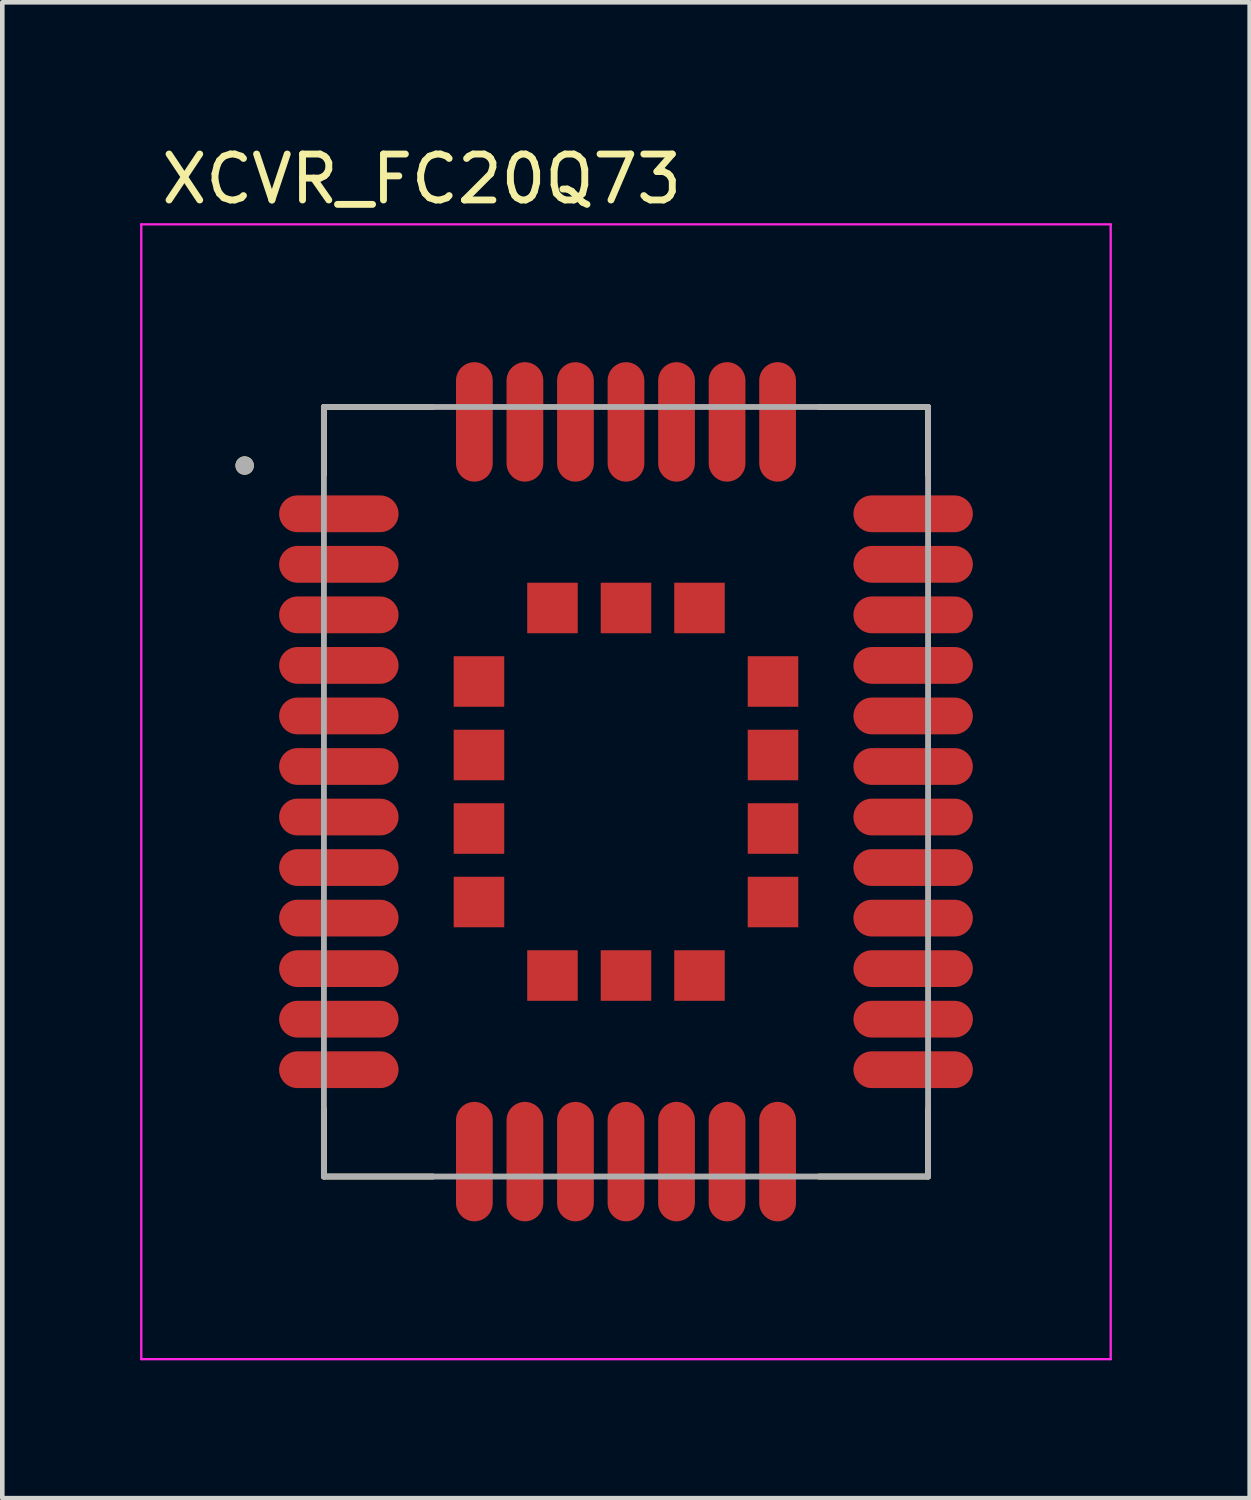
<source format=kicad_pcb>
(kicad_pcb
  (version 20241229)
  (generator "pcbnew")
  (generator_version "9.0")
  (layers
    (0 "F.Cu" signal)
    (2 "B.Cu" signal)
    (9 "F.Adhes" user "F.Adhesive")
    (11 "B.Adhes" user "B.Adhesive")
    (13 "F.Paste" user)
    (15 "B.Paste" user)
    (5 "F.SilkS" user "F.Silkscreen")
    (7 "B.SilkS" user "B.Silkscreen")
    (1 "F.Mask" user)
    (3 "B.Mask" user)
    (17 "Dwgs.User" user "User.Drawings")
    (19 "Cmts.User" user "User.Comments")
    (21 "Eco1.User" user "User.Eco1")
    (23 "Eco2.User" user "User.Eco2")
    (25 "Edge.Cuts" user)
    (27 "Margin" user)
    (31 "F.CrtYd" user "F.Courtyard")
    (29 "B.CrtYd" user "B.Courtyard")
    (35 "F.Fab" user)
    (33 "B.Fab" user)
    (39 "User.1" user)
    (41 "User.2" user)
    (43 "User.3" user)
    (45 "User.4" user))
  (footprint "XCVR_FC20Q73"
    (layer "F.Cu")
    (at 10.575 14.183)
    (property "Reference" "XCVR_FC20Q73" (at -4.445 -13.335 0) (layer "F.SilkS") (effects (font (size 1 1) (thickness 0.15))))
    (attr through_hole)
    (fp_line (start -6.575 -8.375) (end -4.2 -8.375) (stroke (width 0.127) (type solid)) (layer "F.SilkS"))
    (fp_line (start -6.575 -6.9) (end -6.575 -8.375) (stroke (width 0.127) (type solid)) (layer "F.SilkS"))
    (fp_line (start -6.575 6.9) (end -6.575 8.375) (stroke (width 0.127) (type solid)) (layer "F.SilkS"))
    (fp_line (start -6.575 8.375) (end -4.2 8.375) (stroke (width 0.127) (type solid)) (layer "F.SilkS"))
    (fp_line (start 6.575 -8.375) (end 4.2 -8.375) (stroke (width 0.127) (type solid)) (layer "F.SilkS"))
    (fp_line (start 6.575 -6.9) (end 6.575 -8.375) (stroke (width 0.127) (type solid)) (layer "F.SilkS"))
    (fp_line (start 6.575 6.9) (end 6.575 8.375) (stroke (width 0.127) (type solid)) (layer "F.SilkS"))
    (fp_line (start 6.575 8.375) (end 4.2 8.375) (stroke (width 0.127) (type solid)) (layer "F.SilkS"))
    (fp_circle (center -8.3 -7.1) (end -8.2 -7.1) (stroke (width 0.2) (type solid)) (fill no) (layer "F.SilkS"))
    (fp_poly (pts (xy -7.71 -6.39) (xy -5.49 -6.39) (xy -5.454 -6.388) (xy -5.419 -6.383) (xy -5.385 -6.373) (xy -5.352 -6.361) (xy -5.32 -6.344) (xy -5.29 -6.325) (xy -5.262 -6.303) (xy -5.237 -6.278) (xy -5.215 -6.25) (xy -5.196 -6.22) (xy -5.179 -6.188) (xy -5.167 -6.155) (xy -5.157 -6.121) (xy -5.152 -6.086) (xy -5.15 -6.05) (xy -5.152 -6.014) (xy -5.157 -5.979) (xy -5.167 -5.945) (xy -5.179 -5.912) (xy -5.196 -5.88) (xy -5.215 -5.85) (xy -5.237 -5.822) (xy -5.262 -5.797) (xy -5.29 -5.775) (xy -5.32 -5.756) (xy -5.352 -5.739) (xy -5.385 -5.727) (xy -5.419 -5.717) (xy -5.454 -5.712) (xy -5.49 -5.71) (xy -7.71 -5.71) (xy -7.746 -5.712) (xy -7.781 -5.717) (xy -7.815 -5.727) (xy -7.848 -5.739) (xy -7.88 -5.756) (xy -7.91 -5.775) (xy -7.938 -5.797) (xy -7.963 -5.822) (xy -7.985 -5.85) (xy -8.004 -5.88) (xy -8.021 -5.912) (xy -8.033 -5.945) (xy -8.043 -5.979) (xy -8.048 -6.014) (xy -8.05 -6.05) (xy -8.048 -6.086) (xy -8.043 -6.121) (xy -8.033 -6.155) (xy -8.021 -6.188) (xy -8.004 -6.22) (xy -7.985 -6.25) (xy -7.963 -6.278) (xy -7.938 -6.303) (xy -7.91 -6.325) (xy -7.88 -6.344) (xy -7.848 -6.361) (xy -7.815 -6.373) (xy -7.781 -6.383) (xy -7.746 -6.388) (xy -7.71 -6.39)) (stroke (width 0.0001) (type solid)) (fill yes) (layer "F.Paste"))
    (fp_poly (pts (xy -7.71 -5.29) (xy -5.49 -5.29) (xy -5.454 -5.288) (xy -5.419 -5.283) (xy -5.385 -5.273) (xy -5.352 -5.261) (xy -5.32 -5.244) (xy -5.29 -5.225) (xy -5.262 -5.203) (xy -5.237 -5.178) (xy -5.215 -5.15) (xy -5.196 -5.12) (xy -5.179 -5.088) (xy -5.167 -5.055) (xy -5.157 -5.021) (xy -5.152 -4.986) (xy -5.15 -4.95) (xy -5.152 -4.914) (xy -5.157 -4.879) (xy -5.167 -4.845) (xy -5.179 -4.812) (xy -5.196 -4.78) (xy -5.215 -4.75) (xy -5.237 -4.722) (xy -5.262 -4.697) (xy -5.29 -4.675) (xy -5.32 -4.656) (xy -5.352 -4.639) (xy -5.385 -4.627) (xy -5.419 -4.617) (xy -5.454 -4.612) (xy -5.49 -4.61) (xy -7.71 -4.61) (xy -7.746 -4.612) (xy -7.781 -4.617) (xy -7.815 -4.627) (xy -7.848 -4.639) (xy -7.88 -4.656) (xy -7.91 -4.675) (xy -7.938 -4.697) (xy -7.963 -4.722) (xy -7.985 -4.75) (xy -8.004 -4.78) (xy -8.021 -4.812) (xy -8.033 -4.845) (xy -8.043 -4.879) (xy -8.048 -4.914) (xy -8.05 -4.95) (xy -8.048 -4.986) (xy -8.043 -5.021) (xy -8.033 -5.055) (xy -8.021 -5.088) (xy -8.004 -5.12) (xy -7.985 -5.15) (xy -7.963 -5.178) (xy -7.938 -5.203) (xy -7.91 -5.225) (xy -7.88 -5.244) (xy -7.848 -5.261) (xy -7.815 -5.273) (xy -7.781 -5.283) (xy -7.746 -5.288) (xy -7.71 -5.29)) (stroke (width 0.0001) (type solid)) (fill yes) (layer "F.Paste"))
    (fp_poly (pts (xy -7.71 -4.19) (xy -5.49 -4.19) (xy -5.454 -4.188) (xy -5.419 -4.183) (xy -5.385 -4.173) (xy -5.352 -4.161) (xy -5.32 -4.144) (xy -5.29 -4.125) (xy -5.262 -4.103) (xy -5.237 -4.078) (xy -5.215 -4.05) (xy -5.196 -4.02) (xy -5.179 -3.988) (xy -5.167 -3.955) (xy -5.157 -3.921) (xy -5.152 -3.886) (xy -5.15 -3.85) (xy -5.152 -3.814) (xy -5.157 -3.779) (xy -5.167 -3.745) (xy -5.179 -3.712) (xy -5.196 -3.68) (xy -5.215 -3.65) (xy -5.237 -3.622) (xy -5.262 -3.597) (xy -5.29 -3.575) (xy -5.32 -3.556) (xy -5.352 -3.539) (xy -5.385 -3.527) (xy -5.419 -3.517) (xy -5.454 -3.512) (xy -5.49 -3.51) (xy -7.71 -3.51) (xy -7.746 -3.512) (xy -7.781 -3.517) (xy -7.815 -3.527) (xy -7.848 -3.539) (xy -7.88 -3.556) (xy -7.91 -3.575) (xy -7.938 -3.597) (xy -7.963 -3.622) (xy -7.985 -3.65) (xy -8.004 -3.68) (xy -8.021 -3.712) (xy -8.033 -3.745) (xy -8.043 -3.779) (xy -8.048 -3.814) (xy -8.05 -3.85) (xy -8.048 -3.886) (xy -8.043 -3.921) (xy -8.033 -3.955) (xy -8.021 -3.988) (xy -8.004 -4.02) (xy -7.985 -4.05) (xy -7.963 -4.078) (xy -7.938 -4.103) (xy -7.91 -4.125) (xy -7.88 -4.144) (xy -7.848 -4.161) (xy -7.815 -4.173) (xy -7.781 -4.183) (xy -7.746 -4.188) (xy -7.71 -4.19)) (stroke (width 0.0001) (type solid)) (fill yes) (layer "F.Paste"))
    (fp_poly (pts (xy -7.71 -3.09) (xy -5.49 -3.09) (xy -5.454 -3.088) (xy -5.419 -3.083) (xy -5.385 -3.073) (xy -5.352 -3.061) (xy -5.32 -3.044) (xy -5.29 -3.025) (xy -5.262 -3.003) (xy -5.237 -2.978) (xy -5.215 -2.95) (xy -5.196 -2.92) (xy -5.179 -2.888) (xy -5.167 -2.855) (xy -5.157 -2.821) (xy -5.152 -2.786) (xy -5.15 -2.75) (xy -5.152 -2.714) (xy -5.157 -2.679) (xy -5.167 -2.645) (xy -5.179 -2.612) (xy -5.196 -2.58) (xy -5.215 -2.55) (xy -5.237 -2.522) (xy -5.262 -2.497) (xy -5.29 -2.475) (xy -5.32 -2.456) (xy -5.352 -2.439) (xy -5.385 -2.427) (xy -5.419 -2.417) (xy -5.454 -2.412) (xy -5.49 -2.41) (xy -7.71 -2.41) (xy -7.746 -2.412) (xy -7.781 -2.417) (xy -7.815 -2.427) (xy -7.848 -2.439) (xy -7.88 -2.456) (xy -7.91 -2.475) (xy -7.938 -2.497) (xy -7.963 -2.522) (xy -7.985 -2.55) (xy -8.004 -2.58) (xy -8.021 -2.612) (xy -8.033 -2.645) (xy -8.043 -2.679) (xy -8.048 -2.714) (xy -8.05 -2.75) (xy -8.048 -2.786) (xy -8.043 -2.821) (xy -8.033 -2.855) (xy -8.021 -2.888) (xy -8.004 -2.92) (xy -7.985 -2.95) (xy -7.963 -2.978) (xy -7.938 -3.003) (xy -7.91 -3.025) (xy -7.88 -3.044) (xy -7.848 -3.061) (xy -7.815 -3.073) (xy -7.781 -3.083) (xy -7.746 -3.088) (xy -7.71 -3.09)) (stroke (width 0.0001) (type solid)) (fill yes) (layer "F.Paste"))
    (fp_poly (pts (xy -7.71 -1.99) (xy -5.49 -1.99) (xy -5.454 -1.988) (xy -5.419 -1.983) (xy -5.385 -1.973) (xy -5.352 -1.961) (xy -5.32 -1.944) (xy -5.29 -1.925) (xy -5.262 -1.903) (xy -5.237 -1.878) (xy -5.215 -1.85) (xy -5.196 -1.82) (xy -5.179 -1.788) (xy -5.167 -1.755) (xy -5.157 -1.721) (xy -5.152 -1.686) (xy -5.15 -1.65) (xy -5.152 -1.614) (xy -5.157 -1.579) (xy -5.167 -1.545) (xy -5.179 -1.512) (xy -5.196 -1.48) (xy -5.215 -1.45) (xy -5.237 -1.422) (xy -5.262 -1.397) (xy -5.29 -1.375) (xy -5.32 -1.356) (xy -5.352 -1.339) (xy -5.385 -1.327) (xy -5.419 -1.317) (xy -5.454 -1.312) (xy -5.49 -1.31) (xy -7.71 -1.31) (xy -7.746 -1.312) (xy -7.781 -1.317) (xy -7.815 -1.327) (xy -7.848 -1.339) (xy -7.88 -1.356) (xy -7.91 -1.375) (xy -7.938 -1.397) (xy -7.963 -1.422) (xy -7.985 -1.45) (xy -8.004 -1.48) (xy -8.021 -1.512) (xy -8.033 -1.545) (xy -8.043 -1.579) (xy -8.048 -1.614) (xy -8.05 -1.65) (xy -8.048 -1.686) (xy -8.043 -1.721) (xy -8.033 -1.755) (xy -8.021 -1.788) (xy -8.004 -1.82) (xy -7.985 -1.85) (xy -7.963 -1.878) (xy -7.938 -1.903) (xy -7.91 -1.925) (xy -7.88 -1.944) (xy -7.848 -1.961) (xy -7.815 -1.973) (xy -7.781 -1.983) (xy -7.746 -1.988) (xy -7.71 -1.99)) (stroke (width 0.0001) (type solid)) (fill yes) (layer "F.Paste"))
    (fp_poly (pts (xy -7.71 -0.89) (xy -5.49 -0.89) (xy -5.454 -0.888) (xy -5.419 -0.883) (xy -5.385 -0.873) (xy -5.352 -0.861) (xy -5.32 -0.844) (xy -5.29 -0.825) (xy -5.262 -0.803) (xy -5.237 -0.778) (xy -5.215 -0.75) (xy -5.196 -0.72) (xy -5.179 -0.688) (xy -5.167 -0.655) (xy -5.157 -0.621) (xy -5.152 -0.586) (xy -5.15 -0.55) (xy -5.152 -0.514) (xy -5.157 -0.479) (xy -5.167 -0.445) (xy -5.179 -0.412) (xy -5.196 -0.38) (xy -5.215 -0.35) (xy -5.237 -0.322) (xy -5.262 -0.297) (xy -5.29 -0.275) (xy -5.32 -0.256) (xy -5.352 -0.239) (xy -5.385 -0.227) (xy -5.419 -0.217) (xy -5.454 -0.212) (xy -5.49 -0.21) (xy -7.71 -0.21) (xy -7.746 -0.212) (xy -7.781 -0.217) (xy -7.815 -0.227) (xy -7.848 -0.239) (xy -7.88 -0.256) (xy -7.91 -0.275) (xy -7.938 -0.297) (xy -7.963 -0.322) (xy -7.985 -0.35) (xy -8.004 -0.38) (xy -8.021 -0.412) (xy -8.033 -0.445) (xy -8.043 -0.479) (xy -8.048 -0.514) (xy -8.05 -0.55) (xy -8.048 -0.586) (xy -8.043 -0.621) (xy -8.033 -0.655) (xy -8.021 -0.688) (xy -8.004 -0.72) (xy -7.985 -0.75) (xy -7.963 -0.778) (xy -7.938 -0.803) (xy -7.91 -0.825) (xy -7.88 -0.844) (xy -7.848 -0.861) (xy -7.815 -0.873) (xy -7.781 -0.883) (xy -7.746 -0.888) (xy -7.71 -0.89)) (stroke (width 0.0001) (type solid)) (fill yes) (layer "F.Paste"))
    (fp_poly (pts (xy -7.71 0.21) (xy -5.49 0.21) (xy -5.454 0.212) (xy -5.419 0.217) (xy -5.385 0.227) (xy -5.352 0.239) (xy -5.32 0.256) (xy -5.29 0.275) (xy -5.262 0.297) (xy -5.237 0.322) (xy -5.215 0.35) (xy -5.196 0.38) (xy -5.179 0.412) (xy -5.167 0.445) (xy -5.157 0.479) (xy -5.152 0.514) (xy -5.15 0.55) (xy -5.152 0.586) (xy -5.157 0.621) (xy -5.167 0.655) (xy -5.179 0.688) (xy -5.196 0.72) (xy -5.215 0.75) (xy -5.237 0.778) (xy -5.262 0.803) (xy -5.29 0.825) (xy -5.32 0.844) (xy -5.352 0.861) (xy -5.385 0.873) (xy -5.419 0.883) (xy -5.454 0.888) (xy -5.49 0.89) (xy -7.71 0.89) (xy -7.746 0.888) (xy -7.781 0.883) (xy -7.815 0.873) (xy -7.848 0.861) (xy -7.88 0.844) (xy -7.91 0.825) (xy -7.938 0.803) (xy -7.963 0.778) (xy -7.985 0.75) (xy -8.004 0.72) (xy -8.021 0.688) (xy -8.033 0.655) (xy -8.043 0.621) (xy -8.048 0.586) (xy -8.05 0.55) (xy -8.048 0.514) (xy -8.043 0.479) (xy -8.033 0.445) (xy -8.021 0.412) (xy -8.004 0.38) (xy -7.985 0.35) (xy -7.963 0.322) (xy -7.938 0.297) (xy -7.91 0.275) (xy -7.88 0.256) (xy -7.848 0.239) (xy -7.815 0.227) (xy -7.781 0.217) (xy -7.746 0.212) (xy -7.71 0.21)) (stroke (width 0.0001) (type solid)) (fill yes) (layer "F.Paste"))
    (fp_poly (pts (xy -7.71 1.31) (xy -5.49 1.31) (xy -5.454 1.312) (xy -5.419 1.317) (xy -5.385 1.327) (xy -5.352 1.339) (xy -5.32 1.356) (xy -5.29 1.375) (xy -5.262 1.397) (xy -5.237 1.422) (xy -5.215 1.45) (xy -5.196 1.48) (xy -5.179 1.512) (xy -5.167 1.545) (xy -5.157 1.579) (xy -5.152 1.614) (xy -5.15 1.65) (xy -5.152 1.686) (xy -5.157 1.721) (xy -5.167 1.755) (xy -5.179 1.788) (xy -5.196 1.82) (xy -5.215 1.85) (xy -5.237 1.878) (xy -5.262 1.903) (xy -5.29 1.925) (xy -5.32 1.944) (xy -5.352 1.961) (xy -5.385 1.973) (xy -5.419 1.983) (xy -5.454 1.988) (xy -5.49 1.99) (xy -7.71 1.99) (xy -7.746 1.988) (xy -7.781 1.983) (xy -7.815 1.973) (xy -7.848 1.961) (xy -7.88 1.944) (xy -7.91 1.925) (xy -7.938 1.903) (xy -7.963 1.878) (xy -7.985 1.85) (xy -8.004 1.82) (xy -8.021 1.788) (xy -8.033 1.755) (xy -8.043 1.721) (xy -8.048 1.686) (xy -8.05 1.65) (xy -8.048 1.614) (xy -8.043 1.579) (xy -8.033 1.545) (xy -8.021 1.512) (xy -8.004 1.48) (xy -7.985 1.45) (xy -7.963 1.422) (xy -7.938 1.397) (xy -7.91 1.375) (xy -7.88 1.356) (xy -7.848 1.339) (xy -7.815 1.327) (xy -7.781 1.317) (xy -7.746 1.312) (xy -7.71 1.31)) (stroke (width 0.0001) (type solid)) (fill yes) (layer "F.Paste"))
    (fp_poly (pts (xy -7.71 2.41) (xy -5.49 2.41) (xy -5.454 2.412) (xy -5.419 2.417) (xy -5.385 2.427) (xy -5.352 2.439) (xy -5.32 2.456) (xy -5.29 2.475) (xy -5.262 2.497) (xy -5.237 2.522) (xy -5.215 2.55) (xy -5.196 2.58) (xy -5.179 2.612) (xy -5.167 2.645) (xy -5.157 2.679) (xy -5.152 2.714) (xy -5.15 2.75) (xy -5.152 2.786) (xy -5.157 2.821) (xy -5.167 2.855) (xy -5.179 2.888) (xy -5.196 2.92) (xy -5.215 2.95) (xy -5.237 2.978) (xy -5.262 3.003) (xy -5.29 3.025) (xy -5.32 3.044) (xy -5.352 3.061) (xy -5.385 3.073) (xy -5.419 3.083) (xy -5.454 3.088) (xy -5.49 3.09) (xy -7.71 3.09) (xy -7.746 3.088) (xy -7.781 3.083) (xy -7.815 3.073) (xy -7.848 3.061) (xy -7.88 3.044) (xy -7.91 3.025) (xy -7.938 3.003) (xy -7.963 2.978) (xy -7.985 2.95) (xy -8.004 2.92) (xy -8.021 2.888) (xy -8.033 2.855) (xy -8.043 2.821) (xy -8.048 2.786) (xy -8.05 2.75) (xy -8.048 2.714) (xy -8.043 2.679) (xy -8.033 2.645) (xy -8.021 2.612) (xy -8.004 2.58) (xy -7.985 2.55) (xy -7.963 2.522) (xy -7.938 2.497) (xy -7.91 2.475) (xy -7.88 2.456) (xy -7.848 2.439) (xy -7.815 2.427) (xy -7.781 2.417) (xy -7.746 2.412) (xy -7.71 2.41)) (stroke (width 0.0001) (type solid)) (fill yes) (layer "F.Paste"))
    (fp_poly (pts (xy -7.71 3.51) (xy -5.49 3.51) (xy -5.454 3.512) (xy -5.419 3.517) (xy -5.385 3.527) (xy -5.352 3.539) (xy -5.32 3.556) (xy -5.29 3.575) (xy -5.262 3.597) (xy -5.237 3.622) (xy -5.215 3.65) (xy -5.196 3.68) (xy -5.179 3.712) (xy -5.167 3.745) (xy -5.157 3.779) (xy -5.152 3.814) (xy -5.15 3.85) (xy -5.152 3.886) (xy -5.157 3.921) (xy -5.167 3.955) (xy -5.179 3.988) (xy -5.196 4.02) (xy -5.215 4.05) (xy -5.237 4.078) (xy -5.262 4.103) (xy -5.29 4.125) (xy -5.32 4.144) (xy -5.352 4.161) (xy -5.385 4.173) (xy -5.419 4.183) (xy -5.454 4.188) (xy -5.49 4.19) (xy -7.71 4.19) (xy -7.746 4.188) (xy -7.781 4.183) (xy -7.815 4.173) (xy -7.848 4.161) (xy -7.88 4.144) (xy -7.91 4.125) (xy -7.938 4.103) (xy -7.963 4.078) (xy -7.985 4.05) (xy -8.004 4.02) (xy -8.021 3.988) (xy -8.033 3.955) (xy -8.043 3.921) (xy -8.048 3.886) (xy -8.05 3.85) (xy -8.048 3.814) (xy -8.043 3.779) (xy -8.033 3.745) (xy -8.021 3.712) (xy -8.004 3.68) (xy -7.985 3.65) (xy -7.963 3.622) (xy -7.938 3.597) (xy -7.91 3.575) (xy -7.88 3.556) (xy -7.848 3.539) (xy -7.815 3.527) (xy -7.781 3.517) (xy -7.746 3.512) (xy -7.71 3.51)) (stroke (width 0.0001) (type solid)) (fill yes) (layer "F.Paste"))
    (fp_poly (pts (xy -7.71 4.61) (xy -5.49 4.61) (xy -5.454 4.612) (xy -5.419 4.617) (xy -5.385 4.627) (xy -5.352 4.639) (xy -5.32 4.656) (xy -5.29 4.675) (xy -5.262 4.697) (xy -5.237 4.722) (xy -5.215 4.75) (xy -5.196 4.78) (xy -5.179 4.812) (xy -5.167 4.845) (xy -5.157 4.879) (xy -5.152 4.914) (xy -5.15 4.95) (xy -5.152 4.986) (xy -5.157 5.021) (xy -5.167 5.055) (xy -5.179 5.088) (xy -5.196 5.12) (xy -5.215 5.15) (xy -5.237 5.178) (xy -5.262 5.203) (xy -5.29 5.225) (xy -5.32 5.244) (xy -5.352 5.261) (xy -5.385 5.273) (xy -5.419 5.283) (xy -5.454 5.288) (xy -5.49 5.29) (xy -7.71 5.29) (xy -7.746 5.288) (xy -7.781 5.283) (xy -7.815 5.273) (xy -7.848 5.261) (xy -7.88 5.244) (xy -7.91 5.225) (xy -7.938 5.203) (xy -7.963 5.178) (xy -7.985 5.15) (xy -8.004 5.12) (xy -8.021 5.088) (xy -8.033 5.055) (xy -8.043 5.021) (xy -8.048 4.986) (xy -8.05 4.95) (xy -8.048 4.914) (xy -8.043 4.879) (xy -8.033 4.845) (xy -8.021 4.812) (xy -8.004 4.78) (xy -7.985 4.75) (xy -7.963 4.722) (xy -7.938 4.697) (xy -7.91 4.675) (xy -7.88 4.656) (xy -7.848 4.639) (xy -7.815 4.627) (xy -7.781 4.617) (xy -7.746 4.612) (xy -7.71 4.61)) (stroke (width 0.0001) (type solid)) (fill yes) (layer "F.Paste"))
    (fp_poly (pts (xy -7.71 5.71) (xy -5.49 5.71) (xy -5.454 5.712) (xy -5.419 5.717) (xy -5.385 5.727) (xy -5.352 5.739) (xy -5.32 5.756) (xy -5.29 5.775) (xy -5.262 5.797) (xy -5.237 5.822) (xy -5.215 5.85) (xy -5.196 5.88) (xy -5.179 5.912) (xy -5.167 5.945) (xy -5.157 5.979) (xy -5.152 6.014) (xy -5.15 6.05) (xy -5.152 6.086) (xy -5.157 6.121) (xy -5.167 6.155) (xy -5.179 6.188) (xy -5.196 6.22) (xy -5.215 6.25) (xy -5.237 6.278) (xy -5.262 6.303) (xy -5.29 6.325) (xy -5.32 6.344) (xy -5.352 6.361) (xy -5.385 6.373) (xy -5.419 6.383) (xy -5.454 6.388) (xy -5.49 6.39) (xy -7.71 6.39) (xy -7.746 6.388) (xy -7.781 6.383) (xy -7.815 6.373) (xy -7.848 6.361) (xy -7.88 6.344) (xy -7.91 6.325) (xy -7.938 6.303) (xy -7.963 6.278) (xy -7.985 6.25) (xy -8.004 6.22) (xy -8.021 6.188) (xy -8.033 6.155) (xy -8.043 6.121) (xy -8.048 6.086) (xy -8.05 6.05) (xy -8.048 6.014) (xy -8.043 5.979) (xy -8.033 5.945) (xy -8.021 5.912) (xy -8.004 5.88) (xy -7.985 5.85) (xy -7.963 5.822) (xy -7.938 5.797) (xy -7.91 5.775) (xy -7.88 5.756) (xy -7.848 5.739) (xy -7.815 5.727) (xy -7.781 5.717) (xy -7.746 5.712) (xy -7.71 5.71)) (stroke (width 0.0001) (type solid)) (fill yes) (layer "F.Paste"))
    (fp_poly (pts (xy -3.64 -7.29) (xy -3.64 -9.51) (xy -3.638 -9.546) (xy -3.633 -9.581) (xy -3.623 -9.615) (xy -3.611 -9.648) (xy -3.594 -9.68) (xy -3.575 -9.71) (xy -3.553 -9.738) (xy -3.528 -9.763) (xy -3.5 -9.785) (xy -3.47 -9.804) (xy -3.438 -9.821) (xy -3.405 -9.833) (xy -3.371 -9.843) (xy -3.336 -9.848) (xy -3.3 -9.85) (xy -3.264 -9.848) (xy -3.229 -9.843) (xy -3.195 -9.833) (xy -3.162 -9.821) (xy -3.13 -9.804) (xy -3.1 -9.785) (xy -3.072 -9.763) (xy -3.047 -9.738) (xy -3.025 -9.71) (xy -3.006 -9.68) (xy -2.989 -9.648) (xy -2.977 -9.615) (xy -2.967 -9.581) (xy -2.962 -9.546) (xy -2.96 -9.51) (xy -2.96 -7.29) (xy -2.962 -7.254) (xy -2.967 -7.219) (xy -2.977 -7.185) (xy -2.989 -7.152) (xy -3.006 -7.12) (xy -3.025 -7.09) (xy -3.047 -7.062) (xy -3.072 -7.037) (xy -3.1 -7.015) (xy -3.13 -6.996) (xy -3.162 -6.979) (xy -3.195 -6.967) (xy -3.229 -6.957) (xy -3.264 -6.952) (xy -3.3 -6.95) (xy -3.336 -6.952) (xy -3.371 -6.957) (xy -3.405 -6.967) (xy -3.438 -6.979) (xy -3.47 -6.996) (xy -3.5 -7.015) (xy -3.528 -7.037) (xy -3.553 -7.062) (xy -3.575 -7.09) (xy -3.594 -7.12) (xy -3.611 -7.152) (xy -3.623 -7.185) (xy -3.633 -7.219) (xy -3.638 -7.254) (xy -3.64 -7.29)) (stroke (width 0.0001) (type solid)) (fill yes) (layer "F.Paste"))
    (fp_poly (pts (xy -3.64 9.51) (xy -3.64 7.29) (xy -3.638 7.254) (xy -3.633 7.219) (xy -3.623 7.185) (xy -3.611 7.152) (xy -3.594 7.12) (xy -3.575 7.09) (xy -3.553 7.062) (xy -3.528 7.037) (xy -3.5 7.015) (xy -3.47 6.996) (xy -3.438 6.979) (xy -3.405 6.967) (xy -3.371 6.957) (xy -3.336 6.952) (xy -3.3 6.95) (xy -3.264 6.952) (xy -3.229 6.957) (xy -3.195 6.967) (xy -3.162 6.979) (xy -3.13 6.996) (xy -3.1 7.015) (xy -3.072 7.037) (xy -3.047 7.062) (xy -3.025 7.09) (xy -3.006 7.12) (xy -2.989 7.152) (xy -2.977 7.185) (xy -2.967 7.219) (xy -2.962 7.254) (xy -2.96 7.29) (xy -2.96 9.51) (xy -2.962 9.546) (xy -2.967 9.581) (xy -2.977 9.615) (xy -2.989 9.648) (xy -3.006 9.68) (xy -3.025 9.71) (xy -3.047 9.738) (xy -3.072 9.763) (xy -3.1 9.785) (xy -3.13 9.804) (xy -3.162 9.821) (xy -3.195 9.833) (xy -3.229 9.843) (xy -3.264 9.848) (xy -3.3 9.85) (xy -3.336 9.848) (xy -3.371 9.843) (xy -3.405 9.833) (xy -3.438 9.821) (xy -3.47 9.804) (xy -3.5 9.785) (xy -3.528 9.763) (xy -3.553 9.738) (xy -3.575 9.71) (xy -3.594 9.68) (xy -3.611 9.648) (xy -3.623 9.615) (xy -3.633 9.581) (xy -3.638 9.546) (xy -3.64 9.51)) (stroke (width 0.0001) (type solid)) (fill yes) (layer "F.Paste"))
    (fp_poly (pts (xy -2.54 -7.29) (xy -2.54 -9.51) (xy -2.538 -9.546) (xy -2.533 -9.581) (xy -2.523 -9.615) (xy -2.511 -9.648) (xy -2.494 -9.68) (xy -2.475 -9.71) (xy -2.453 -9.738) (xy -2.428 -9.763) (xy -2.4 -9.785) (xy -2.37 -9.804) (xy -2.338 -9.821) (xy -2.305 -9.833) (xy -2.271 -9.843) (xy -2.236 -9.848) (xy -2.2 -9.85) (xy -2.164 -9.848) (xy -2.129 -9.843) (xy -2.095 -9.833) (xy -2.062 -9.821) (xy -2.03 -9.804) (xy -2 -9.785) (xy -1.972 -9.763) (xy -1.947 -9.738) (xy -1.925 -9.71) (xy -1.906 -9.68) (xy -1.889 -9.648) (xy -1.877 -9.615) (xy -1.867 -9.581) (xy -1.862 -9.546) (xy -1.86 -9.51) (xy -1.86 -7.29) (xy -1.862 -7.254) (xy -1.867 -7.219) (xy -1.877 -7.185) (xy -1.889 -7.152) (xy -1.906 -7.12) (xy -1.925 -7.09) (xy -1.947 -7.062) (xy -1.972 -7.037) (xy -2 -7.015) (xy -2.03 -6.996) (xy -2.062 -6.979) (xy -2.095 -6.967) (xy -2.129 -6.957) (xy -2.164 -6.952) (xy -2.2 -6.95) (xy -2.236 -6.952) (xy -2.271 -6.957) (xy -2.305 -6.967) (xy -2.338 -6.979) (xy -2.37 -6.996) (xy -2.4 -7.015) (xy -2.428 -7.037) (xy -2.453 -7.062) (xy -2.475 -7.09) (xy -2.494 -7.12) (xy -2.511 -7.152) (xy -2.523 -7.185) (xy -2.533 -7.219) (xy -2.538 -7.254) (xy -2.54 -7.29)) (stroke (width 0.0001) (type solid)) (fill yes) (layer "F.Paste"))
    (fp_poly (pts (xy -2.54 9.51) (xy -2.54 7.29) (xy -2.538 7.254) (xy -2.533 7.219) (xy -2.523 7.185) (xy -2.511 7.152) (xy -2.494 7.12) (xy -2.475 7.09) (xy -2.453 7.062) (xy -2.428 7.037) (xy -2.4 7.015) (xy -2.37 6.996) (xy -2.338 6.979) (xy -2.305 6.967) (xy -2.271 6.957) (xy -2.236 6.952) (xy -2.2 6.95) (xy -2.164 6.952) (xy -2.129 6.957) (xy -2.095 6.967) (xy -2.062 6.979) (xy -2.03 6.996) (xy -2 7.015) (xy -1.972 7.037) (xy -1.947 7.062) (xy -1.925 7.09) (xy -1.906 7.12) (xy -1.889 7.152) (xy -1.877 7.185) (xy -1.867 7.219) (xy -1.862 7.254) (xy -1.86 7.29) (xy -1.86 9.51) (xy -1.862 9.546) (xy -1.867 9.581) (xy -1.877 9.615) (xy -1.889 9.648) (xy -1.906 9.68) (xy -1.925 9.71) (xy -1.947 9.738) (xy -1.972 9.763) (xy -2 9.785) (xy -2.03 9.804) (xy -2.062 9.821) (xy -2.095 9.833) (xy -2.129 9.843) (xy -2.164 9.848) (xy -2.2 9.85) (xy -2.236 9.848) (xy -2.271 9.843) (xy -2.305 9.833) (xy -2.338 9.821) (xy -2.37 9.804) (xy -2.4 9.785) (xy -2.428 9.763) (xy -2.453 9.738) (xy -2.475 9.71) (xy -2.494 9.68) (xy -2.511 9.648) (xy -2.523 9.615) (xy -2.533 9.581) (xy -2.538 9.546) (xy -2.54 9.51)) (stroke (width 0.0001) (type solid)) (fill yes) (layer "F.Paste"))
    (fp_poly (pts (xy -1.44 -7.29) (xy -1.44 -9.51) (xy -1.438 -9.546) (xy -1.433 -9.581) (xy -1.423 -9.615) (xy -1.411 -9.648) (xy -1.394 -9.68) (xy -1.375 -9.71) (xy -1.353 -9.738) (xy -1.328 -9.763) (xy -1.3 -9.785) (xy -1.27 -9.804) (xy -1.238 -9.821) (xy -1.205 -9.833) (xy -1.171 -9.843) (xy -1.136 -9.848) (xy -1.1 -9.85) (xy -1.064 -9.848) (xy -1.029 -9.843) (xy -0.995 -9.833) (xy -0.962 -9.821) (xy -0.93 -9.804) (xy -0.9 -9.785) (xy -0.872 -9.763) (xy -0.847 -9.738) (xy -0.825 -9.71) (xy -0.806 -9.68) (xy -0.789 -9.648) (xy -0.777 -9.615) (xy -0.767 -9.581) (xy -0.762 -9.546) (xy -0.76 -9.51) (xy -0.76 -7.29) (xy -0.762 -7.254) (xy -0.767 -7.219) (xy -0.777 -7.185) (xy -0.789 -7.152) (xy -0.806 -7.12) (xy -0.825 -7.09) (xy -0.847 -7.062) (xy -0.872 -7.037) (xy -0.9 -7.015) (xy -0.93 -6.996) (xy -0.962 -6.979) (xy -0.995 -6.967) (xy -1.029 -6.957) (xy -1.064 -6.952) (xy -1.1 -6.95) (xy -1.136 -6.952) (xy -1.171 -6.957) (xy -1.205 -6.967) (xy -1.238 -6.979) (xy -1.27 -6.996) (xy -1.3 -7.015) (xy -1.328 -7.037) (xy -1.353 -7.062) (xy -1.375 -7.09) (xy -1.394 -7.12) (xy -1.411 -7.152) (xy -1.423 -7.185) (xy -1.433 -7.219) (xy -1.438 -7.254) (xy -1.44 -7.29)) (stroke (width 0.0001) (type solid)) (fill yes) (layer "F.Paste"))
    (fp_poly (pts (xy -1.44 9.51) (xy -1.44 7.29) (xy -1.438 7.254) (xy -1.433 7.219) (xy -1.423 7.185) (xy -1.411 7.152) (xy -1.394 7.12) (xy -1.375 7.09) (xy -1.353 7.062) (xy -1.328 7.037) (xy -1.3 7.015) (xy -1.27 6.996) (xy -1.238 6.979) (xy -1.205 6.967) (xy -1.171 6.957) (xy -1.136 6.952) (xy -1.1 6.95) (xy -1.064 6.952) (xy -1.029 6.957) (xy -0.995 6.967) (xy -0.962 6.979) (xy -0.93 6.996) (xy -0.9 7.015) (xy -0.872 7.037) (xy -0.847 7.062) (xy -0.825 7.09) (xy -0.806 7.12) (xy -0.789 7.152) (xy -0.777 7.185) (xy -0.767 7.219) (xy -0.762 7.254) (xy -0.76 7.29) (xy -0.76 9.51) (xy -0.762 9.546) (xy -0.767 9.581) (xy -0.777 9.615) (xy -0.789 9.648) (xy -0.806 9.68) (xy -0.825 9.71) (xy -0.847 9.738) (xy -0.872 9.763) (xy -0.9 9.785) (xy -0.93 9.804) (xy -0.962 9.821) (xy -0.995 9.833) (xy -1.029 9.843) (xy -1.064 9.848) (xy -1.1 9.85) (xy -1.136 9.848) (xy -1.171 9.843) (xy -1.205 9.833) (xy -1.238 9.821) (xy -1.27 9.804) (xy -1.3 9.785) (xy -1.328 9.763) (xy -1.353 9.738) (xy -1.375 9.71) (xy -1.394 9.68) (xy -1.411 9.648) (xy -1.423 9.615) (xy -1.433 9.581) (xy -1.438 9.546) (xy -1.44 9.51)) (stroke (width 0.0001) (type solid)) (fill yes) (layer "F.Paste"))
    (fp_poly (pts (xy -0.34 -7.29) (xy -0.34 -9.51) (xy -0.338 -9.546) (xy -0.333 -9.581) (xy -0.323 -9.615) (xy -0.311 -9.648) (xy -0.294 -9.68) (xy -0.275 -9.71) (xy -0.253 -9.738) (xy -0.228 -9.763) (xy -0.2 -9.785) (xy -0.17 -9.804) (xy -0.138 -9.821) (xy -0.105 -9.833) (xy -0.071 -9.843) (xy -0.036 -9.848) (xy 0 -9.85) (xy 0.036 -9.848) (xy 0.071 -9.843) (xy 0.105 -9.833) (xy 0.138 -9.821) (xy 0.17 -9.804) (xy 0.2 -9.785) (xy 0.228 -9.763) (xy 0.253 -9.738) (xy 0.275 -9.71) (xy 0.294 -9.68) (xy 0.311 -9.648) (xy 0.323 -9.615) (xy 0.333 -9.581) (xy 0.338 -9.546) (xy 0.34 -9.51) (xy 0.34 -7.29) (xy 0.338 -7.254) (xy 0.333 -7.219) (xy 0.323 -7.185) (xy 0.311 -7.152) (xy 0.294 -7.12) (xy 0.275 -7.09) (xy 0.253 -7.062) (xy 0.228 -7.037) (xy 0.2 -7.015) (xy 0.17 -6.996) (xy 0.138 -6.979) (xy 0.105 -6.967) (xy 0.071 -6.957) (xy 0.036 -6.952) (xy 0 -6.95) (xy -0.036 -6.952) (xy -0.071 -6.957) (xy -0.105 -6.967) (xy -0.138 -6.979) (xy -0.17 -6.996) (xy -0.2 -7.015) (xy -0.228 -7.037) (xy -0.253 -7.062) (xy -0.275 -7.09) (xy -0.294 -7.12) (xy -0.311 -7.152) (xy -0.323 -7.185) (xy -0.333 -7.219) (xy -0.338 -7.254) (xy -0.34 -7.29)) (stroke (width 0.0001) (type solid)) (fill yes) (layer "F.Paste"))
    (fp_poly (pts (xy -0.34 9.51) (xy -0.34 7.29) (xy -0.338 7.254) (xy -0.333 7.219) (xy -0.323 7.185) (xy -0.311 7.152) (xy -0.294 7.12) (xy -0.275 7.09) (xy -0.253 7.062) (xy -0.228 7.037) (xy -0.2 7.015) (xy -0.17 6.996) (xy -0.138 6.979) (xy -0.105 6.967) (xy -0.071 6.957) (xy -0.036 6.952) (xy 0 6.95) (xy 0.036 6.952) (xy 0.071 6.957) (xy 0.105 6.967) (xy 0.138 6.979) (xy 0.17 6.996) (xy 0.2 7.015) (xy 0.228 7.037) (xy 0.253 7.062) (xy 0.275 7.09) (xy 0.294 7.12) (xy 0.311 7.152) (xy 0.323 7.185) (xy 0.333 7.219) (xy 0.338 7.254) (xy 0.34 7.29) (xy 0.34 9.51) (xy 0.338 9.546) (xy 0.333 9.581) (xy 0.323 9.615) (xy 0.311 9.648) (xy 0.294 9.68) (xy 0.275 9.71) (xy 0.253 9.738) (xy 0.228 9.763) (xy 0.2 9.785) (xy 0.17 9.804) (xy 0.138 9.821) (xy 0.105 9.833) (xy 0.071 9.843) (xy 0.036 9.848) (xy 0 9.85) (xy -0.036 9.848) (xy -0.071 9.843) (xy -0.105 9.833) (xy -0.138 9.821) (xy -0.17 9.804) (xy -0.2 9.785) (xy -0.228 9.763) (xy -0.253 9.738) (xy -0.275 9.71) (xy -0.294 9.68) (xy -0.311 9.648) (xy -0.323 9.615) (xy -0.333 9.581) (xy -0.338 9.546) (xy -0.34 9.51)) (stroke (width 0.0001) (type solid)) (fill yes) (layer "F.Paste"))
    (fp_poly (pts (xy 0.76 -7.29) (xy 0.76 -9.51) (xy 0.762 -9.546) (xy 0.767 -9.581) (xy 0.777 -9.615) (xy 0.789 -9.648) (xy 0.806 -9.68) (xy 0.825 -9.71) (xy 0.847 -9.738) (xy 0.872 -9.763) (xy 0.9 -9.785) (xy 0.93 -9.804) (xy 0.962 -9.821) (xy 0.995 -9.833) (xy 1.029 -9.843) (xy 1.064 -9.848) (xy 1.1 -9.85) (xy 1.136 -9.848) (xy 1.171 -9.843) (xy 1.205 -9.833) (xy 1.238 -9.821) (xy 1.27 -9.804) (xy 1.3 -9.785) (xy 1.328 -9.763) (xy 1.353 -9.738) (xy 1.375 -9.71) (xy 1.394 -9.68) (xy 1.411 -9.648) (xy 1.423 -9.615) (xy 1.433 -9.581) (xy 1.438 -9.546) (xy 1.44 -9.51) (xy 1.44 -7.29) (xy 1.438 -7.254) (xy 1.433 -7.219) (xy 1.423 -7.185) (xy 1.411 -7.152) (xy 1.394 -7.12) (xy 1.375 -7.09) (xy 1.353 -7.062) (xy 1.328 -7.037) (xy 1.3 -7.015) (xy 1.27 -6.996) (xy 1.238 -6.979) (xy 1.205 -6.967) (xy 1.171 -6.957) (xy 1.136 -6.952) (xy 1.1 -6.95) (xy 1.064 -6.952) (xy 1.029 -6.957) (xy 0.995 -6.967) (xy 0.962 -6.979) (xy 0.93 -6.996) (xy 0.9 -7.015) (xy 0.872 -7.037) (xy 0.847 -7.062) (xy 0.825 -7.09) (xy 0.806 -7.12) (xy 0.789 -7.152) (xy 0.777 -7.185) (xy 0.767 -7.219) (xy 0.762 -7.254) (xy 0.76 -7.29)) (stroke (width 0.0001) (type solid)) (fill yes) (layer "F.Paste"))
    (fp_poly (pts (xy 0.76 9.51) (xy 0.76 7.29) (xy 0.762 7.254) (xy 0.767 7.219) (xy 0.777 7.185) (xy 0.789 7.152) (xy 0.806 7.12) (xy 0.825 7.09) (xy 0.847 7.062) (xy 0.872 7.037) (xy 0.9 7.015) (xy 0.93 6.996) (xy 0.962 6.979) (xy 0.995 6.967) (xy 1.029 6.957) (xy 1.064 6.952) (xy 1.1 6.95) (xy 1.136 6.952) (xy 1.171 6.957) (xy 1.205 6.967) (xy 1.238 6.979) (xy 1.27 6.996) (xy 1.3 7.015) (xy 1.328 7.037) (xy 1.353 7.062) (xy 1.375 7.09) (xy 1.394 7.12) (xy 1.411 7.152) (xy 1.423 7.185) (xy 1.433 7.219) (xy 1.438 7.254) (xy 1.44 7.29) (xy 1.44 9.51) (xy 1.438 9.546) (xy 1.433 9.581) (xy 1.423 9.615) (xy 1.411 9.648) (xy 1.394 9.68) (xy 1.375 9.71) (xy 1.353 9.738) (xy 1.328 9.763) (xy 1.3 9.785) (xy 1.27 9.804) (xy 1.238 9.821) (xy 1.205 9.833) (xy 1.171 9.843) (xy 1.136 9.848) (xy 1.1 9.85) (xy 1.064 9.848) (xy 1.029 9.843) (xy 0.995 9.833) (xy 0.962 9.821) (xy 0.93 9.804) (xy 0.9 9.785) (xy 0.872 9.763) (xy 0.847 9.738) (xy 0.825 9.71) (xy 0.806 9.68) (xy 0.789 9.648) (xy 0.777 9.615) (xy 0.767 9.581) (xy 0.762 9.546) (xy 0.76 9.51)) (stroke (width 0.0001) (type solid)) (fill yes) (layer "F.Paste"))
    (fp_poly (pts (xy 1.86 -7.29) (xy 1.86 -9.51) (xy 1.862 -9.546) (xy 1.867 -9.581) (xy 1.877 -9.615) (xy 1.889 -9.648) (xy 1.906 -9.68) (xy 1.925 -9.71) (xy 1.947 -9.738) (xy 1.972 -9.763) (xy 2 -9.785) (xy 2.03 -9.804) (xy 2.062 -9.821) (xy 2.095 -9.833) (xy 2.129 -9.843) (xy 2.164 -9.848) (xy 2.2 -9.85) (xy 2.236 -9.848) (xy 2.271 -9.843) (xy 2.305 -9.833) (xy 2.338 -9.821) (xy 2.37 -9.804) (xy 2.4 -9.785) (xy 2.428 -9.763) (xy 2.453 -9.738) (xy 2.475 -9.71) (xy 2.494 -9.68) (xy 2.511 -9.648) (xy 2.523 -9.615) (xy 2.533 -9.581) (xy 2.538 -9.546) (xy 2.54 -9.51) (xy 2.54 -7.29) (xy 2.538 -7.254) (xy 2.533 -7.219) (xy 2.523 -7.185) (xy 2.511 -7.152) (xy 2.494 -7.12) (xy 2.475 -7.09) (xy 2.453 -7.062) (xy 2.428 -7.037) (xy 2.4 -7.015) (xy 2.37 -6.996) (xy 2.338 -6.979) (xy 2.305 -6.967) (xy 2.271 -6.957) (xy 2.236 -6.952) (xy 2.2 -6.95) (xy 2.164 -6.952) (xy 2.129 -6.957) (xy 2.095 -6.967) (xy 2.062 -6.979) (xy 2.03 -6.996) (xy 2 -7.015) (xy 1.972 -7.037) (xy 1.947 -7.062) (xy 1.925 -7.09) (xy 1.906 -7.12) (xy 1.889 -7.152) (xy 1.877 -7.185) (xy 1.867 -7.219) (xy 1.862 -7.254) (xy 1.86 -7.29)) (stroke (width 0.0001) (type solid)) (fill yes) (layer "F.Paste"))
    (fp_poly (pts (xy 1.86 9.51) (xy 1.86 7.29) (xy 1.862 7.254) (xy 1.867 7.219) (xy 1.877 7.185) (xy 1.889 7.152) (xy 1.906 7.12) (xy 1.925 7.09) (xy 1.947 7.062) (xy 1.972 7.037) (xy 2 7.015) (xy 2.03 6.996) (xy 2.062 6.979) (xy 2.095 6.967) (xy 2.129 6.957) (xy 2.164 6.952) (xy 2.2 6.95) (xy 2.236 6.952) (xy 2.271 6.957) (xy 2.305 6.967) (xy 2.338 6.979) (xy 2.37 6.996) (xy 2.4 7.015) (xy 2.428 7.037) (xy 2.453 7.062) (xy 2.475 7.09) (xy 2.494 7.12) (xy 2.511 7.152) (xy 2.523 7.185) (xy 2.533 7.219) (xy 2.538 7.254) (xy 2.54 7.29) (xy 2.54 9.51) (xy 2.538 9.546) (xy 2.533 9.581) (xy 2.523 9.615) (xy 2.511 9.648) (xy 2.494 9.68) (xy 2.475 9.71) (xy 2.453 9.738) (xy 2.428 9.763) (xy 2.4 9.785) (xy 2.37 9.804) (xy 2.338 9.821) (xy 2.305 9.833) (xy 2.271 9.843) (xy 2.236 9.848) (xy 2.2 9.85) (xy 2.164 9.848) (xy 2.129 9.843) (xy 2.095 9.833) (xy 2.062 9.821) (xy 2.03 9.804) (xy 2 9.785) (xy 1.972 9.763) (xy 1.947 9.738) (xy 1.925 9.71) (xy 1.906 9.68) (xy 1.889 9.648) (xy 1.877 9.615) (xy 1.867 9.581) (xy 1.862 9.546) (xy 1.86 9.51)) (stroke (width 0.0001) (type solid)) (fill yes) (layer "F.Paste"))
    (fp_poly (pts (xy 2.96 -7.29) (xy 2.96 -9.51) (xy 2.962 -9.546) (xy 2.967 -9.581) (xy 2.977 -9.615) (xy 2.989 -9.648) (xy 3.006 -9.68) (xy 3.025 -9.71) (xy 3.047 -9.738) (xy 3.072 -9.763) (xy 3.1 -9.785) (xy 3.13 -9.804) (xy 3.162 -9.821) (xy 3.195 -9.833) (xy 3.229 -9.843) (xy 3.264 -9.848) (xy 3.3 -9.85) (xy 3.336 -9.848) (xy 3.371 -9.843) (xy 3.405 -9.833) (xy 3.438 -9.821) (xy 3.47 -9.804) (xy 3.5 -9.785) (xy 3.528 -9.763) (xy 3.553 -9.738) (xy 3.575 -9.71) (xy 3.594 -9.68) (xy 3.611 -9.648) (xy 3.623 -9.615) (xy 3.633 -9.581) (xy 3.638 -9.546) (xy 3.64 -9.51) (xy 3.64 -7.29) (xy 3.638 -7.254) (xy 3.633 -7.219) (xy 3.623 -7.185) (xy 3.611 -7.152) (xy 3.594 -7.12) (xy 3.575 -7.09) (xy 3.553 -7.062) (xy 3.528 -7.037) (xy 3.5 -7.015) (xy 3.47 -6.996) (xy 3.438 -6.979) (xy 3.405 -6.967) (xy 3.371 -6.957) (xy 3.336 -6.952) (xy 3.3 -6.95) (xy 3.264 -6.952) (xy 3.229 -6.957) (xy 3.195 -6.967) (xy 3.162 -6.979) (xy 3.13 -6.996) (xy 3.1 -7.015) (xy 3.072 -7.037) (xy 3.047 -7.062) (xy 3.025 -7.09) (xy 3.006 -7.12) (xy 2.989 -7.152) (xy 2.977 -7.185) (xy 2.967 -7.219) (xy 2.962 -7.254) (xy 2.96 -7.29)) (stroke (width 0.0001) (type solid)) (fill yes) (layer "F.Paste"))
    (fp_poly (pts (xy 2.96 9.51) (xy 2.96 7.29) (xy 2.962 7.254) (xy 2.967 7.219) (xy 2.977 7.185) (xy 2.989 7.152) (xy 3.006 7.12) (xy 3.025 7.09) (xy 3.047 7.062) (xy 3.072 7.037) (xy 3.1 7.015) (xy 3.13 6.996) (xy 3.162 6.979) (xy 3.195 6.967) (xy 3.229 6.957) (xy 3.264 6.952) (xy 3.3 6.95) (xy 3.336 6.952) (xy 3.371 6.957) (xy 3.405 6.967) (xy 3.438 6.979) (xy 3.47 6.996) (xy 3.5 7.015) (xy 3.528 7.037) (xy 3.553 7.062) (xy 3.575 7.09) (xy 3.594 7.12) (xy 3.611 7.152) (xy 3.623 7.185) (xy 3.633 7.219) (xy 3.638 7.254) (xy 3.64 7.29) (xy 3.64 9.51) (xy 3.638 9.546) (xy 3.633 9.581) (xy 3.623 9.615) (xy 3.611 9.648) (xy 3.594 9.68) (xy 3.575 9.71) (xy 3.553 9.738) (xy 3.528 9.763) (xy 3.5 9.785) (xy 3.47 9.804) (xy 3.438 9.821) (xy 3.405 9.833) (xy 3.371 9.843) (xy 3.336 9.848) (xy 3.3 9.85) (xy 3.264 9.848) (xy 3.229 9.843) (xy 3.195 9.833) (xy 3.162 9.821) (xy 3.13 9.804) (xy 3.1 9.785) (xy 3.072 9.763) (xy 3.047 9.738) (xy 3.025 9.71) (xy 3.006 9.68) (xy 2.989 9.648) (xy 2.977 9.615) (xy 2.967 9.581) (xy 2.962 9.546) (xy 2.96 9.51)) (stroke (width 0.0001) (type solid)) (fill yes) (layer "F.Paste"))
    (fp_poly (pts (xy 5.49 -6.39) (xy 7.71 -6.39) (xy 7.746 -6.388) (xy 7.781 -6.383) (xy 7.815 -6.373) (xy 7.848 -6.361) (xy 7.88 -6.344) (xy 7.91 -6.325) (xy 7.938 -6.303) (xy 7.963 -6.278) (xy 7.985 -6.25) (xy 8.004 -6.22) (xy 8.021 -6.188) (xy 8.033 -6.155) (xy 8.043 -6.121) (xy 8.048 -6.086) (xy 8.05 -6.05) (xy 8.048 -6.014) (xy 8.043 -5.979) (xy 8.033 -5.945) (xy 8.021 -5.912) (xy 8.004 -5.88) (xy 7.985 -5.85) (xy 7.963 -5.822) (xy 7.938 -5.797) (xy 7.91 -5.775) (xy 7.88 -5.756) (xy 7.848 -5.739) (xy 7.815 -5.727) (xy 7.781 -5.717) (xy 7.746 -5.712) (xy 7.71 -5.71) (xy 5.49 -5.71) (xy 5.454 -5.712) (xy 5.419 -5.717) (xy 5.385 -5.727) (xy 5.352 -5.739) (xy 5.32 -5.756) (xy 5.29 -5.775) (xy 5.262 -5.797) (xy 5.237 -5.822) (xy 5.215 -5.85) (xy 5.196 -5.88) (xy 5.179 -5.912) (xy 5.167 -5.945) (xy 5.157 -5.979) (xy 5.152 -6.014) (xy 5.15 -6.05) (xy 5.152 -6.086) (xy 5.157 -6.121) (xy 5.167 -6.155) (xy 5.179 -6.188) (xy 5.196 -6.22) (xy 5.215 -6.25) (xy 5.237 -6.278) (xy 5.262 -6.303) (xy 5.29 -6.325) (xy 5.32 -6.344) (xy 5.352 -6.361) (xy 5.385 -6.373) (xy 5.419 -6.383) (xy 5.454 -6.388) (xy 5.49 -6.39)) (stroke (width 0.0001) (type solid)) (fill yes) (layer "F.Paste"))
    (fp_poly (pts (xy 5.49 -5.29) (xy 7.71 -5.29) (xy 7.746 -5.288) (xy 7.781 -5.283) (xy 7.815 -5.273) (xy 7.848 -5.261) (xy 7.88 -5.244) (xy 7.91 -5.225) (xy 7.938 -5.203) (xy 7.963 -5.178) (xy 7.985 -5.15) (xy 8.004 -5.12) (xy 8.021 -5.088) (xy 8.033 -5.055) (xy 8.043 -5.021) (xy 8.048 -4.986) (xy 8.05 -4.95) (xy 8.048 -4.914) (xy 8.043 -4.879) (xy 8.033 -4.845) (xy 8.021 -4.812) (xy 8.004 -4.78) (xy 7.985 -4.75) (xy 7.963 -4.722) (xy 7.938 -4.697) (xy 7.91 -4.675) (xy 7.88 -4.656) (xy 7.848 -4.639) (xy 7.815 -4.627) (xy 7.781 -4.617) (xy 7.746 -4.612) (xy 7.71 -4.61) (xy 5.49 -4.61) (xy 5.454 -4.612) (xy 5.419 -4.617) (xy 5.385 -4.627) (xy 5.352 -4.639) (xy 5.32 -4.656) (xy 5.29 -4.675) (xy 5.262 -4.697) (xy 5.237 -4.722) (xy 5.215 -4.75) (xy 5.196 -4.78) (xy 5.179 -4.812) (xy 5.167 -4.845) (xy 5.157 -4.879) (xy 5.152 -4.914) (xy 5.15 -4.95) (xy 5.152 -4.986) (xy 5.157 -5.021) (xy 5.167 -5.055) (xy 5.179 -5.088) (xy 5.196 -5.12) (xy 5.215 -5.15) (xy 5.237 -5.178) (xy 5.262 -5.203) (xy 5.29 -5.225) (xy 5.32 -5.244) (xy 5.352 -5.261) (xy 5.385 -5.273) (xy 5.419 -5.283) (xy 5.454 -5.288) (xy 5.49 -5.29)) (stroke (width 0.0001) (type solid)) (fill yes) (layer "F.Paste"))
    (fp_poly (pts (xy 5.49 -4.19) (xy 7.71 -4.19) (xy 7.746 -4.188) (xy 7.781 -4.183) (xy 7.815 -4.173) (xy 7.848 -4.161) (xy 7.88 -4.144) (xy 7.91 -4.125) (xy 7.938 -4.103) (xy 7.963 -4.078) (xy 7.985 -4.05) (xy 8.004 -4.02) (xy 8.021 -3.988) (xy 8.033 -3.955) (xy 8.043 -3.921) (xy 8.048 -3.886) (xy 8.05 -3.85) (xy 8.048 -3.814) (xy 8.043 -3.779) (xy 8.033 -3.745) (xy 8.021 -3.712) (xy 8.004 -3.68) (xy 7.985 -3.65) (xy 7.963 -3.622) (xy 7.938 -3.597) (xy 7.91 -3.575) (xy 7.88 -3.556) (xy 7.848 -3.539) (xy 7.815 -3.527) (xy 7.781 -3.517) (xy 7.746 -3.512) (xy 7.71 -3.51) (xy 5.49 -3.51) (xy 5.454 -3.512) (xy 5.419 -3.517) (xy 5.385 -3.527) (xy 5.352 -3.539) (xy 5.32 -3.556) (xy 5.29 -3.575) (xy 5.262 -3.597) (xy 5.237 -3.622) (xy 5.215 -3.65) (xy 5.196 -3.68) (xy 5.179 -3.712) (xy 5.167 -3.745) (xy 5.157 -3.779) (xy 5.152 -3.814) (xy 5.15 -3.85) (xy 5.152 -3.886) (xy 5.157 -3.921) (xy 5.167 -3.955) (xy 5.179 -3.988) (xy 5.196 -4.02) (xy 5.215 -4.05) (xy 5.237 -4.078) (xy 5.262 -4.103) (xy 5.29 -4.125) (xy 5.32 -4.144) (xy 5.352 -4.161) (xy 5.385 -4.173) (xy 5.419 -4.183) (xy 5.454 -4.188) (xy 5.49 -4.19)) (stroke (width 0.0001) (type solid)) (fill yes) (layer "F.Paste"))
    (fp_poly (pts (xy 5.49 -3.09) (xy 7.71 -3.09) (xy 7.746 -3.088) (xy 7.781 -3.083) (xy 7.815 -3.073) (xy 7.848 -3.061) (xy 7.88 -3.044) (xy 7.91 -3.025) (xy 7.938 -3.003) (xy 7.963 -2.978) (xy 7.985 -2.95) (xy 8.004 -2.92) (xy 8.021 -2.888) (xy 8.033 -2.855) (xy 8.043 -2.821) (xy 8.048 -2.786) (xy 8.05 -2.75) (xy 8.048 -2.714) (xy 8.043 -2.679) (xy 8.033 -2.645) (xy 8.021 -2.612) (xy 8.004 -2.58) (xy 7.985 -2.55) (xy 7.963 -2.522) (xy 7.938 -2.497) (xy 7.91 -2.475) (xy 7.88 -2.456) (xy 7.848 -2.439) (xy 7.815 -2.427) (xy 7.781 -2.417) (xy 7.746 -2.412) (xy 7.71 -2.41) (xy 5.49 -2.41) (xy 5.454 -2.412) (xy 5.419 -2.417) (xy 5.385 -2.427) (xy 5.352 -2.439) (xy 5.32 -2.456) (xy 5.29 -2.475) (xy 5.262 -2.497) (xy 5.237 -2.522) (xy 5.215 -2.55) (xy 5.196 -2.58) (xy 5.179 -2.612) (xy 5.167 -2.645) (xy 5.157 -2.679) (xy 5.152 -2.714) (xy 5.15 -2.75) (xy 5.152 -2.786) (xy 5.157 -2.821) (xy 5.167 -2.855) (xy 5.179 -2.888) (xy 5.196 -2.92) (xy 5.215 -2.95) (xy 5.237 -2.978) (xy 5.262 -3.003) (xy 5.29 -3.025) (xy 5.32 -3.044) (xy 5.352 -3.061) (xy 5.385 -3.073) (xy 5.419 -3.083) (xy 5.454 -3.088) (xy 5.49 -3.09)) (stroke (width 0.0001) (type solid)) (fill yes) (layer "F.Paste"))
    (fp_poly (pts (xy 5.49 -1.99) (xy 7.71 -1.99) (xy 7.746 -1.988) (xy 7.781 -1.983) (xy 7.815 -1.973) (xy 7.848 -1.961) (xy 7.88 -1.944) (xy 7.91 -1.925) (xy 7.938 -1.903) (xy 7.963 -1.878) (xy 7.985 -1.85) (xy 8.004 -1.82) (xy 8.021 -1.788) (xy 8.033 -1.755) (xy 8.043 -1.721) (xy 8.048 -1.686) (xy 8.05 -1.65) (xy 8.048 -1.614) (xy 8.043 -1.579) (xy 8.033 -1.545) (xy 8.021 -1.512) (xy 8.004 -1.48) (xy 7.985 -1.45) (xy 7.963 -1.422) (xy 7.938 -1.397) (xy 7.91 -1.375) (xy 7.88 -1.356) (xy 7.848 -1.339) (xy 7.815 -1.327) (xy 7.781 -1.317) (xy 7.746 -1.312) (xy 7.71 -1.31) (xy 5.49 -1.31) (xy 5.454 -1.312) (xy 5.419 -1.317) (xy 5.385 -1.327) (xy 5.352 -1.339) (xy 5.32 -1.356) (xy 5.29 -1.375) (xy 5.262 -1.397) (xy 5.237 -1.422) (xy 5.215 -1.45) (xy 5.196 -1.48) (xy 5.179 -1.512) (xy 5.167 -1.545) (xy 5.157 -1.579) (xy 5.152 -1.614) (xy 5.15 -1.65) (xy 5.152 -1.686) (xy 5.157 -1.721) (xy 5.167 -1.755) (xy 5.179 -1.788) (xy 5.196 -1.82) (xy 5.215 -1.85) (xy 5.237 -1.878) (xy 5.262 -1.903) (xy 5.29 -1.925) (xy 5.32 -1.944) (xy 5.352 -1.961) (xy 5.385 -1.973) (xy 5.419 -1.983) (xy 5.454 -1.988) (xy 5.49 -1.99)) (stroke (width 0.0001) (type solid)) (fill yes) (layer "F.Paste"))
    (fp_poly (pts (xy 5.49 -0.89) (xy 7.71 -0.89) (xy 7.746 -0.888) (xy 7.781 -0.883) (xy 7.815 -0.873) (xy 7.848 -0.861) (xy 7.88 -0.844) (xy 7.91 -0.825) (xy 7.938 -0.803) (xy 7.963 -0.778) (xy 7.985 -0.75) (xy 8.004 -0.72) (xy 8.021 -0.688) (xy 8.033 -0.655) (xy 8.043 -0.621) (xy 8.048 -0.586) (xy 8.05 -0.55) (xy 8.048 -0.514) (xy 8.043 -0.479) (xy 8.033 -0.445) (xy 8.021 -0.412) (xy 8.004 -0.38) (xy 7.985 -0.35) (xy 7.963 -0.322) (xy 7.938 -0.297) (xy 7.91 -0.275) (xy 7.88 -0.256) (xy 7.848 -0.239) (xy 7.815 -0.227) (xy 7.781 -0.217) (xy 7.746 -0.212) (xy 7.71 -0.21) (xy 5.49 -0.21) (xy 5.454 -0.212) (xy 5.419 -0.217) (xy 5.385 -0.227) (xy 5.352 -0.239) (xy 5.32 -0.256) (xy 5.29 -0.275) (xy 5.262 -0.297) (xy 5.237 -0.322) (xy 5.215 -0.35) (xy 5.196 -0.38) (xy 5.179 -0.412) (xy 5.167 -0.445) (xy 5.157 -0.479) (xy 5.152 -0.514) (xy 5.15 -0.55) (xy 5.152 -0.586) (xy 5.157 -0.621) (xy 5.167 -0.655) (xy 5.179 -0.688) (xy 5.196 -0.72) (xy 5.215 -0.75) (xy 5.237 -0.778) (xy 5.262 -0.803) (xy 5.29 -0.825) (xy 5.32 -0.844) (xy 5.352 -0.861) (xy 5.385 -0.873) (xy 5.419 -0.883) (xy 5.454 -0.888) (xy 5.49 -0.89)) (stroke (width 0.0001) (type solid)) (fill yes) (layer "F.Paste"))
    (fp_poly (pts (xy 5.49 0.21) (xy 7.71 0.21) (xy 7.746 0.212) (xy 7.781 0.217) (xy 7.815 0.227) (xy 7.848 0.239) (xy 7.88 0.256) (xy 7.91 0.275) (xy 7.938 0.297) (xy 7.963 0.322) (xy 7.985 0.35) (xy 8.004 0.38) (xy 8.021 0.412) (xy 8.033 0.445) (xy 8.043 0.479) (xy 8.048 0.514) (xy 8.05 0.55) (xy 8.048 0.586) (xy 8.043 0.621) (xy 8.033 0.655) (xy 8.021 0.688) (xy 8.004 0.72) (xy 7.985 0.75) (xy 7.963 0.778) (xy 7.938 0.803) (xy 7.91 0.825) (xy 7.88 0.844) (xy 7.848 0.861) (xy 7.815 0.873) (xy 7.781 0.883) (xy 7.746 0.888) (xy 7.71 0.89) (xy 5.49 0.89) (xy 5.454 0.888) (xy 5.419 0.883) (xy 5.385 0.873) (xy 5.352 0.861) (xy 5.32 0.844) (xy 5.29 0.825) (xy 5.262 0.803) (xy 5.237 0.778) (xy 5.215 0.75) (xy 5.196 0.72) (xy 5.179 0.688) (xy 5.167 0.655) (xy 5.157 0.621) (xy 5.152 0.586) (xy 5.15 0.55) (xy 5.152 0.514) (xy 5.157 0.479) (xy 5.167 0.445) (xy 5.179 0.412) (xy 5.196 0.38) (xy 5.215 0.35) (xy 5.237 0.322) (xy 5.262 0.297) (xy 5.29 0.275) (xy 5.32 0.256) (xy 5.352 0.239) (xy 5.385 0.227) (xy 5.419 0.217) (xy 5.454 0.212) (xy 5.49 0.21)) (stroke (width 0.0001) (type solid)) (fill yes) (layer "F.Paste"))
    (fp_poly (pts (xy 5.49 1.31) (xy 7.71 1.31) (xy 7.746 1.312) (xy 7.781 1.317) (xy 7.815 1.327) (xy 7.848 1.339) (xy 7.88 1.356) (xy 7.91 1.375) (xy 7.938 1.397) (xy 7.963 1.422) (xy 7.985 1.45) (xy 8.004 1.48) (xy 8.021 1.512) (xy 8.033 1.545) (xy 8.043 1.579) (xy 8.048 1.614) (xy 8.05 1.65) (xy 8.048 1.686) (xy 8.043 1.721) (xy 8.033 1.755) (xy 8.021 1.788) (xy 8.004 1.82) (xy 7.985 1.85) (xy 7.963 1.878) (xy 7.938 1.903) (xy 7.91 1.925) (xy 7.88 1.944) (xy 7.848 1.961) (xy 7.815 1.973) (xy 7.781 1.983) (xy 7.746 1.988) (xy 7.71 1.99) (xy 5.49 1.99) (xy 5.454 1.988) (xy 5.419 1.983) (xy 5.385 1.973) (xy 5.352 1.961) (xy 5.32 1.944) (xy 5.29 1.925) (xy 5.262 1.903) (xy 5.237 1.878) (xy 5.215 1.85) (xy 5.196 1.82) (xy 5.179 1.788) (xy 5.167 1.755) (xy 5.157 1.721) (xy 5.152 1.686) (xy 5.15 1.65) (xy 5.152 1.614) (xy 5.157 1.579) (xy 5.167 1.545) (xy 5.179 1.512) (xy 5.196 1.48) (xy 5.215 1.45) (xy 5.237 1.422) (xy 5.262 1.397) (xy 5.29 1.375) (xy 5.32 1.356) (xy 5.352 1.339) (xy 5.385 1.327) (xy 5.419 1.317) (xy 5.454 1.312) (xy 5.49 1.31)) (stroke (width 0.0001) (type solid)) (fill yes) (layer "F.Paste"))
    (fp_poly (pts (xy 5.49 2.41) (xy 7.71 2.41) (xy 7.746 2.412) (xy 7.781 2.417) (xy 7.815 2.427) (xy 7.848 2.439) (xy 7.88 2.456) (xy 7.91 2.475) (xy 7.938 2.497) (xy 7.963 2.522) (xy 7.985 2.55) (xy 8.004 2.58) (xy 8.021 2.612) (xy 8.033 2.645) (xy 8.043 2.679) (xy 8.048 2.714) (xy 8.05 2.75) (xy 8.048 2.786) (xy 8.043 2.821) (xy 8.033 2.855) (xy 8.021 2.888) (xy 8.004 2.92) (xy 7.985 2.95) (xy 7.963 2.978) (xy 7.938 3.003) (xy 7.91 3.025) (xy 7.88 3.044) (xy 7.848 3.061) (xy 7.815 3.073) (xy 7.781 3.083) (xy 7.746 3.088) (xy 7.71 3.09) (xy 5.49 3.09) (xy 5.454 3.088) (xy 5.419 3.083) (xy 5.385 3.073) (xy 5.352 3.061) (xy 5.32 3.044) (xy 5.29 3.025) (xy 5.262 3.003) (xy 5.237 2.978) (xy 5.215 2.95) (xy 5.196 2.92) (xy 5.179 2.888) (xy 5.167 2.855) (xy 5.157 2.821) (xy 5.152 2.786) (xy 5.15 2.75) (xy 5.152 2.714) (xy 5.157 2.679) (xy 5.167 2.645) (xy 5.179 2.612) (xy 5.196 2.58) (xy 5.215 2.55) (xy 5.237 2.522) (xy 5.262 2.497) (xy 5.29 2.475) (xy 5.32 2.456) (xy 5.352 2.439) (xy 5.385 2.427) (xy 5.419 2.417) (xy 5.454 2.412) (xy 5.49 2.41)) (stroke (width 0.0001) (type solid)) (fill yes) (layer "F.Paste"))
    (fp_poly (pts (xy 5.49 3.51) (xy 7.71 3.51) (xy 7.746 3.512) (xy 7.781 3.517) (xy 7.815 3.527) (xy 7.848 3.539) (xy 7.88 3.556) (xy 7.91 3.575) (xy 7.938 3.597) (xy 7.963 3.622) (xy 7.985 3.65) (xy 8.004 3.68) (xy 8.021 3.712) (xy 8.033 3.745) (xy 8.043 3.779) (xy 8.048 3.814) (xy 8.05 3.85) (xy 8.048 3.886) (xy 8.043 3.921) (xy 8.033 3.955) (xy 8.021 3.988) (xy 8.004 4.02) (xy 7.985 4.05) (xy 7.963 4.078) (xy 7.938 4.103) (xy 7.91 4.125) (xy 7.88 4.144) (xy 7.848 4.161) (xy 7.815 4.173) (xy 7.781 4.183) (xy 7.746 4.188) (xy 7.71 4.19) (xy 5.49 4.19) (xy 5.454 4.188) (xy 5.419 4.183) (xy 5.385 4.173) (xy 5.352 4.161) (xy 5.32 4.144) (xy 5.29 4.125) (xy 5.262 4.103) (xy 5.237 4.078) (xy 5.215 4.05) (xy 5.196 4.02) (xy 5.179 3.988) (xy 5.167 3.955) (xy 5.157 3.921) (xy 5.152 3.886) (xy 5.15 3.85) (xy 5.152 3.814) (xy 5.157 3.779) (xy 5.167 3.745) (xy 5.179 3.712) (xy 5.196 3.68) (xy 5.215 3.65) (xy 5.237 3.622) (xy 5.262 3.597) (xy 5.29 3.575) (xy 5.32 3.556) (xy 5.352 3.539) (xy 5.385 3.527) (xy 5.419 3.517) (xy 5.454 3.512) (xy 5.49 3.51)) (stroke (width 0.0001) (type solid)) (fill yes) (layer "F.Paste"))
    (fp_poly (pts (xy 5.49 4.61) (xy 7.71 4.61) (xy 7.746 4.612) (xy 7.781 4.617) (xy 7.815 4.627) (xy 7.848 4.639) (xy 7.88 4.656) (xy 7.91 4.675) (xy 7.938 4.697) (xy 7.963 4.722) (xy 7.985 4.75) (xy 8.004 4.78) (xy 8.021 4.812) (xy 8.033 4.845) (xy 8.043 4.879) (xy 8.048 4.914) (xy 8.05 4.95) (xy 8.048 4.986) (xy 8.043 5.021) (xy 8.033 5.055) (xy 8.021 5.088) (xy 8.004 5.12) (xy 7.985 5.15) (xy 7.963 5.178) (xy 7.938 5.203) (xy 7.91 5.225) (xy 7.88 5.244) (xy 7.848 5.261) (xy 7.815 5.273) (xy 7.781 5.283) (xy 7.746 5.288) (xy 7.71 5.29) (xy 5.49 5.29) (xy 5.454 5.288) (xy 5.419 5.283) (xy 5.385 5.273) (xy 5.352 5.261) (xy 5.32 5.244) (xy 5.29 5.225) (xy 5.262 5.203) (xy 5.237 5.178) (xy 5.215 5.15) (xy 5.196 5.12) (xy 5.179 5.088) (xy 5.167 5.055) (xy 5.157 5.021) (xy 5.152 4.986) (xy 5.15 4.95) (xy 5.152 4.914) (xy 5.157 4.879) (xy 5.167 4.845) (xy 5.179 4.812) (xy 5.196 4.78) (xy 5.215 4.75) (xy 5.237 4.722) (xy 5.262 4.697) (xy 5.29 4.675) (xy 5.32 4.656) (xy 5.352 4.639) (xy 5.385 4.627) (xy 5.419 4.617) (xy 5.454 4.612) (xy 5.49 4.61)) (stroke (width 0.0001) (type solid)) (fill yes) (layer "F.Paste"))
    (fp_poly (pts (xy 5.49 5.71) (xy 7.71 5.71) (xy 7.746 5.712) (xy 7.781 5.717) (xy 7.815 5.727) (xy 7.848 5.739) (xy 7.88 5.756) (xy 7.91 5.775) (xy 7.938 5.797) (xy 7.963 5.822) (xy 7.985 5.85) (xy 8.004 5.88) (xy 8.021 5.912) (xy 8.033 5.945) (xy 8.043 5.979) (xy 8.048 6.014) (xy 8.05 6.05) (xy 8.048 6.086) (xy 8.043 6.121) (xy 8.033 6.155) (xy 8.021 6.188) (xy 8.004 6.22) (xy 7.985 6.25) (xy 7.963 6.278) (xy 7.938 6.303) (xy 7.91 6.325) (xy 7.88 6.344) (xy 7.848 6.361) (xy 7.815 6.373) (xy 7.781 6.383) (xy 7.746 6.388) (xy 7.71 6.39) (xy 5.49 6.39) (xy 5.454 6.388) (xy 5.419 6.383) (xy 5.385 6.373) (xy 5.352 6.361) (xy 5.32 6.344) (xy 5.29 6.325) (xy 5.262 6.303) (xy 5.237 6.278) (xy 5.215 6.25) (xy 5.196 6.22) (xy 5.179 6.188) (xy 5.167 6.155) (xy 5.157 6.121) (xy 5.152 6.086) (xy 5.15 6.05) (xy 5.152 6.014) (xy 5.157 5.979) (xy 5.167 5.945) (xy 5.179 5.912) (xy 5.196 5.88) (xy 5.215 5.85) (xy 5.237 5.822) (xy 5.262 5.797) (xy 5.29 5.775) (xy 5.32 5.756) (xy 5.352 5.739) (xy 5.385 5.727) (xy 5.419 5.717) (xy 5.454 5.712) (xy 5.49 5.71)) (stroke (width 0.0001) (type solid)) (fill yes) (layer "F.Paste"))
    (fp_poly (pts (xy -3.2 -2.919) (xy -3.173 -2.918) (xy -3.146 -2.916) (xy -3.119 -2.913) (xy -3.092 -2.908) (xy -3.066 -2.901) (xy -3.04 -2.894) (xy -3.014 -2.885) (xy -2.989 -2.874) (xy -2.964 -2.862) (xy -2.941 -2.849) (xy -2.917 -2.835) (xy -2.895 -2.82) (xy -2.873 -2.803) (xy -2.853 -2.786) (xy -2.833 -2.767) (xy -2.814 -2.747) (xy -2.797 -2.727) (xy -2.78 -2.705) (xy -2.765 -2.683) (xy -2.751 -2.659) (xy -2.738 -2.636) (xy -2.726 -2.611) (xy -2.715 -2.586) (xy -2.706 -2.56) (xy -2.699 -2.534) (xy -2.692 -2.508) (xy -2.687 -2.481) (xy -2.684 -2.454) (xy -2.682 -2.427) (xy -2.681 -2.4) (xy -2.682 -2.373) (xy -2.684 -2.346) (xy -2.687 -2.319) (xy -2.692 -2.292) (xy -2.699 -2.266) (xy -2.706 -2.24) (xy -2.715 -2.214) (xy -2.726 -2.189) (xy -2.738 -2.164) (xy -2.751 -2.14) (xy -2.765 -2.117) (xy -2.78 -2.095) (xy -2.797 -2.073) (xy -2.814 -2.053) (xy -2.833 -2.033) (xy -2.853 -2.014) (xy -2.873 -1.997) (xy -2.895 -1.98) (xy -2.917 -1.965) (xy -2.941 -1.951) (xy -2.964 -1.938) (xy -2.989 -1.926) (xy -3.014 -1.915) (xy -3.04 -1.906) (xy -3.066 -1.899) (xy -3.092 -1.892) (xy -3.119 -1.887) (xy -3.146 -1.884) (xy -3.173 -1.882) (xy -3.2 -1.881) (xy -3.227 -1.882) (xy -3.254 -1.884) (xy -3.281 -1.887) (xy -3.308 -1.892) (xy -3.334 -1.899) (xy -3.36 -1.906) (xy -3.386 -1.915) (xy -3.411 -1.926) (xy -3.436 -1.938) (xy -3.46 -1.951) (xy -3.483 -1.965) (xy -3.505 -1.98) (xy -3.527 -1.997) (xy -3.547 -2.014) (xy -3.567 -2.033) (xy -3.586 -2.053) (xy -3.603 -2.073) (xy -3.62 -2.095) (xy -3.635 -2.117) (xy -3.649 -2.14) (xy -3.662 -2.164) (xy -3.674 -2.189) (xy -3.685 -2.214) (xy -3.694 -2.24) (xy -3.701 -2.266) (xy -3.708 -2.292) (xy -3.713 -2.319) (xy -3.716 -2.346) (xy -3.718 -2.373) (xy -3.719 -2.4) (xy -3.718 -2.427) (xy -3.716 -2.454) (xy -3.713 -2.481) (xy -3.708 -2.508) (xy -3.701 -2.534) (xy -3.694 -2.56) (xy -3.685 -2.586) (xy -3.674 -2.611) (xy -3.662 -2.636) (xy -3.649 -2.659) (xy -3.635 -2.683) (xy -3.62 -2.705) (xy -3.603 -2.727) (xy -3.586 -2.747) (xy -3.567 -2.767) (xy -3.547 -2.786) (xy -3.527 -2.803) (xy -3.505 -2.82) (xy -3.483 -2.835) (xy -3.46 -2.849) (xy -3.436 -2.862) (xy -3.411 -2.874) (xy -3.386 -2.885) (xy -3.36 -2.894) (xy -3.334 -2.901) (xy -3.308 -2.908) (xy -3.281 -2.913) (xy -3.254 -2.916) (xy -3.227 -2.918) (xy -3.2 -2.919)) (stroke (width 0.01) (type solid)) (fill yes) (layer "F.Paste"))
    (fp_poly (pts (xy -3.2 -1.319) (xy -3.173 -1.318) (xy -3.146 -1.316) (xy -3.119 -1.313) (xy -3.092 -1.308) (xy -3.066 -1.301) (xy -3.04 -1.294) (xy -3.014 -1.285) (xy -2.989 -1.274) (xy -2.964 -1.262) (xy -2.941 -1.249) (xy -2.917 -1.235) (xy -2.895 -1.22) (xy -2.873 -1.203) (xy -2.853 -1.186) (xy -2.833 -1.167) (xy -2.814 -1.147) (xy -2.797 -1.127) (xy -2.78 -1.105) (xy -2.765 -1.083) (xy -2.751 -1.059) (xy -2.738 -1.036) (xy -2.726 -1.011) (xy -2.715 -0.986) (xy -2.706 -0.96) (xy -2.699 -0.934) (xy -2.692 -0.908) (xy -2.687 -0.881) (xy -2.684 -0.854) (xy -2.682 -0.827) (xy -2.681 -0.8) (xy -2.682 -0.773) (xy -2.684 -0.746) (xy -2.687 -0.719) (xy -2.692 -0.692) (xy -2.699 -0.666) (xy -2.706 -0.64) (xy -2.715 -0.614) (xy -2.726 -0.589) (xy -2.738 -0.564) (xy -2.751 -0.54) (xy -2.765 -0.517) (xy -2.78 -0.495) (xy -2.797 -0.473) (xy -2.814 -0.453) (xy -2.833 -0.433) (xy -2.853 -0.414) (xy -2.873 -0.397) (xy -2.895 -0.38) (xy -2.917 -0.365) (xy -2.941 -0.351) (xy -2.964 -0.338) (xy -2.989 -0.326) (xy -3.014 -0.315) (xy -3.04 -0.306) (xy -3.066 -0.299) (xy -3.092 -0.292) (xy -3.119 -0.287) (xy -3.146 -0.284) (xy -3.173 -0.282) (xy -3.2 -0.281) (xy -3.227 -0.282) (xy -3.254 -0.284) (xy -3.281 -0.287) (xy -3.308 -0.292) (xy -3.334 -0.299) (xy -3.36 -0.306) (xy -3.386 -0.315) (xy -3.411 -0.326) (xy -3.436 -0.338) (xy -3.46 -0.351) (xy -3.483 -0.365) (xy -3.505 -0.38) (xy -3.527 -0.397) (xy -3.547 -0.414) (xy -3.567 -0.433) (xy -3.586 -0.453) (xy -3.603 -0.473) (xy -3.62 -0.495) (xy -3.635 -0.517) (xy -3.649 -0.54) (xy -3.662 -0.564) (xy -3.674 -0.589) (xy -3.685 -0.614) (xy -3.694 -0.64) (xy -3.701 -0.666) (xy -3.708 -0.692) (xy -3.713 -0.719) (xy -3.716 -0.746) (xy -3.718 -0.773) (xy -3.719 -0.8) (xy -3.718 -0.827) (xy -3.716 -0.854) (xy -3.713 -0.881) (xy -3.708 -0.908) (xy -3.701 -0.934) (xy -3.694 -0.96) (xy -3.685 -0.986) (xy -3.674 -1.011) (xy -3.662 -1.036) (xy -3.649 -1.059) (xy -3.635 -1.083) (xy -3.62 -1.105) (xy -3.603 -1.127) (xy -3.586 -1.147) (xy -3.567 -1.167) (xy -3.547 -1.186) (xy -3.527 -1.203) (xy -3.505 -1.22) (xy -3.483 -1.235) (xy -3.459 -1.249) (xy -3.436 -1.262) (xy -3.411 -1.274) (xy -3.386 -1.285) (xy -3.36 -1.294) (xy -3.334 -1.301) (xy -3.308 -1.308) (xy -3.281 -1.313) (xy -3.254 -1.316) (xy -3.227 -1.318) (xy -3.2 -1.319)) (stroke (width 0.01) (type solid)) (fill yes) (layer "F.Paste"))
    (fp_poly (pts (xy -3.2 0.281) (xy -3.173 0.282) (xy -3.146 0.284) (xy -3.119 0.287) (xy -3.092 0.292) (xy -3.066 0.299) (xy -3.04 0.306) (xy -3.014 0.315) (xy -2.989 0.326) (xy -2.964 0.338) (xy -2.941 0.351) (xy -2.917 0.365) (xy -2.895 0.38) (xy -2.873 0.397) (xy -2.853 0.414) (xy -2.833 0.433) (xy -2.814 0.453) (xy -2.797 0.473) (xy -2.78 0.495) (xy -2.765 0.517) (xy -2.751 0.54) (xy -2.738 0.564) (xy -2.726 0.589) (xy -2.715 0.614) (xy -2.706 0.64) (xy -2.699 0.666) (xy -2.692 0.692) (xy -2.687 0.719) (xy -2.684 0.746) (xy -2.682 0.773) (xy -2.681 0.8) (xy -2.682 0.827) (xy -2.684 0.854) (xy -2.687 0.881) (xy -2.692 0.908) (xy -2.699 0.934) (xy -2.706 0.96) (xy -2.715 0.986) (xy -2.726 1.011) (xy -2.738 1.036) (xy -2.751 1.059) (xy -2.765 1.083) (xy -2.78 1.105) (xy -2.797 1.127) (xy -2.814 1.147) (xy -2.833 1.167) (xy -2.853 1.186) (xy -2.873 1.203) (xy -2.895 1.22) (xy -2.917 1.235) (xy -2.941 1.249) (xy -2.964 1.262) (xy -2.989 1.274) (xy -3.014 1.285) (xy -3.04 1.294) (xy -3.066 1.301) (xy -3.092 1.308) (xy -3.119 1.313) (xy -3.146 1.316) (xy -3.173 1.318) (xy -3.2 1.319) (xy -3.227 1.318) (xy -3.254 1.316) (xy -3.281 1.313) (xy -3.308 1.308) (xy -3.334 1.301) (xy -3.36 1.294) (xy -3.386 1.285) (xy -3.411 1.274) (xy -3.436 1.262) (xy -3.46 1.249) (xy -3.483 1.235) (xy -3.505 1.22) (xy -3.527 1.203) (xy -3.547 1.186) (xy -3.567 1.167) (xy -3.586 1.147) (xy -3.603 1.127) (xy -3.62 1.105) (xy -3.635 1.083) (xy -3.649 1.059) (xy -3.662 1.036) (xy -3.674 1.011) (xy -3.685 0.986) (xy -3.694 0.96) (xy -3.701 0.934) (xy -3.708 0.908) (xy -3.713 0.881) (xy -3.716 0.854) (xy -3.718 0.827) (xy -3.719 0.8) (xy -3.718 0.773) (xy -3.716 0.746) (xy -3.713 0.719) (xy -3.708 0.692) (xy -3.701 0.666) (xy -3.694 0.64) (xy -3.685 0.614) (xy -3.674 0.589) (xy -3.662 0.564) (xy -3.649 0.54) (xy -3.635 0.517) (xy -3.62 0.495) (xy -3.603 0.473) (xy -3.586 0.453) (xy -3.567 0.433) (xy -3.547 0.414) (xy -3.527 0.397) (xy -3.505 0.38) (xy -3.483 0.365) (xy -3.46 0.351) (xy -3.436 0.338) (xy -3.411 0.326) (xy -3.386 0.315) (xy -3.36 0.306) (xy -3.334 0.299) (xy -3.308 0.292) (xy -3.281 0.287) (xy -3.254 0.284) (xy -3.227 0.282) (xy -3.2 0.281)) (stroke (width 0.01) (type solid)) (fill yes) (layer "F.Paste"))
    (fp_poly (pts (xy -3.2 1.881) (xy -3.173 1.882) (xy -3.146 1.884) (xy -3.119 1.887) (xy -3.092 1.892) (xy -3.066 1.899) (xy -3.04 1.906) (xy -3.014 1.915) (xy -2.989 1.926) (xy -2.964 1.938) (xy -2.941 1.951) (xy -2.917 1.965) (xy -2.895 1.98) (xy -2.873 1.997) (xy -2.853 2.014) (xy -2.833 2.033) (xy -2.814 2.053) (xy -2.797 2.073) (xy -2.78 2.095) (xy -2.765 2.117) (xy -2.751 2.14) (xy -2.738 2.164) (xy -2.726 2.189) (xy -2.715 2.214) (xy -2.706 2.24) (xy -2.699 2.266) (xy -2.692 2.292) (xy -2.687 2.319) (xy -2.684 2.346) (xy -2.682 2.373) (xy -2.681 2.4) (xy -2.682 2.427) (xy -2.684 2.454) (xy -2.687 2.481) (xy -2.692 2.508) (xy -2.699 2.534) (xy -2.706 2.56) (xy -2.715 2.586) (xy -2.726 2.611) (xy -2.738 2.636) (xy -2.751 2.659) (xy -2.765 2.683) (xy -2.78 2.705) (xy -2.797 2.727) (xy -2.814 2.747) (xy -2.833 2.767) (xy -2.853 2.786) (xy -2.873 2.803) (xy -2.895 2.82) (xy -2.917 2.835) (xy -2.941 2.849) (xy -2.964 2.862) (xy -2.989 2.874) (xy -3.014 2.885) (xy -3.04 2.894) (xy -3.066 2.901) (xy -3.092 2.908) (xy -3.119 2.913) (xy -3.146 2.916) (xy -3.173 2.918) (xy -3.2 2.919) (xy -3.227 2.918) (xy -3.254 2.916) (xy -3.281 2.913) (xy -3.308 2.908) (xy -3.334 2.901) (xy -3.36 2.894) (xy -3.386 2.885) (xy -3.411 2.874) (xy -3.436 2.862) (xy -3.46 2.849) (xy -3.483 2.835) (xy -3.505 2.82) (xy -3.527 2.803) (xy -3.547 2.786) (xy -3.567 2.767) (xy -3.586 2.747) (xy -3.603 2.727) (xy -3.62 2.705) (xy -3.635 2.683) (xy -3.649 2.659) (xy -3.662 2.636) (xy -3.674 2.611) (xy -3.685 2.586) (xy -3.694 2.56) (xy -3.701 2.534) (xy -3.708 2.508) (xy -3.713 2.481) (xy -3.716 2.454) (xy -3.718 2.427) (xy -3.719 2.4) (xy -3.718 2.373) (xy -3.716 2.346) (xy -3.713 2.319) (xy -3.708 2.292) (xy -3.701 2.266) (xy -3.694 2.24) (xy -3.685 2.214) (xy -3.674 2.189) (xy -3.662 2.164) (xy -3.649 2.14) (xy -3.635 2.117) (xy -3.62 2.095) (xy -3.603 2.073) (xy -3.586 2.053) (xy -3.567 2.033) (xy -3.547 2.014) (xy -3.527 1.997) (xy -3.505 1.98) (xy -3.483 1.965) (xy -3.459 1.951) (xy -3.436 1.938) (xy -3.411 1.926) (xy -3.386 1.915) (xy -3.36 1.906) (xy -3.334 1.899) (xy -3.308 1.892) (xy -3.281 1.887) (xy -3.254 1.884) (xy -3.227 1.882) (xy -3.2 1.881)) (stroke (width 0.01) (type solid)) (fill yes) (layer "F.Paste"))
    (fp_poly (pts (xy -1.6 -4.519) (xy -1.573 -4.518) (xy -1.546 -4.516) (xy -1.519 -4.513) (xy -1.492 -4.508) (xy -1.466 -4.501) (xy -1.44 -4.494) (xy -1.414 -4.485) (xy -1.389 -4.474) (xy -1.364 -4.462) (xy -1.341 -4.449) (xy -1.317 -4.435) (xy -1.295 -4.42) (xy -1.273 -4.403) (xy -1.253 -4.386) (xy -1.233 -4.367) (xy -1.214 -4.347) (xy -1.197 -4.327) (xy -1.18 -4.305) (xy -1.165 -4.283) (xy -1.151 -4.26) (xy -1.138 -4.236) (xy -1.126 -4.211) (xy -1.115 -4.186) (xy -1.106 -4.16) (xy -1.099 -4.134) (xy -1.092 -4.108) (xy -1.087 -4.081) (xy -1.084 -4.054) (xy -1.082 -4.027) (xy -1.081 -4) (xy -1.082 -3.973) (xy -1.084 -3.946) (xy -1.087 -3.919) (xy -1.092 -3.892) (xy -1.099 -3.866) (xy -1.106 -3.84) (xy -1.115 -3.814) (xy -1.126 -3.789) (xy -1.138 -3.764) (xy -1.151 -3.74) (xy -1.165 -3.717) (xy -1.18 -3.695) (xy -1.197 -3.673) (xy -1.214 -3.653) (xy -1.233 -3.633) (xy -1.253 -3.614) (xy -1.273 -3.597) (xy -1.295 -3.58) (xy -1.317 -3.565) (xy -1.341 -3.551) (xy -1.364 -3.538) (xy -1.389 -3.526) (xy -1.414 -3.515) (xy -1.44 -3.506) (xy -1.466 -3.499) (xy -1.492 -3.492) (xy -1.519 -3.487) (xy -1.546 -3.484) (xy -1.573 -3.482) (xy -1.6 -3.481) (xy -1.627 -3.482) (xy -1.654 -3.484) (xy -1.681 -3.487) (xy -1.708 -3.492) (xy -1.734 -3.499) (xy -1.76 -3.506) (xy -1.786 -3.515) (xy -1.811 -3.526) (xy -1.836 -3.538) (xy -1.86 -3.551) (xy -1.883 -3.565) (xy -1.905 -3.58) (xy -1.927 -3.597) (xy -1.947 -3.614) (xy -1.967 -3.633) (xy -1.986 -3.653) (xy -2.003 -3.673) (xy -2.02 -3.695) (xy -2.035 -3.717) (xy -2.049 -3.74) (xy -2.062 -3.764) (xy -2.074 -3.789) (xy -2.085 -3.814) (xy -2.094 -3.84) (xy -2.101 -3.866) (xy -2.108 -3.892) (xy -2.113 -3.919) (xy -2.116 -3.946) (xy -2.118 -3.973) (xy -2.119 -4) (xy -2.118 -4.027) (xy -2.116 -4.054) (xy -2.113 -4.081) (xy -2.108 -4.108) (xy -2.101 -4.134) (xy -2.094 -4.16) (xy -2.085 -4.186) (xy -2.074 -4.211) (xy -2.062 -4.236) (xy -2.049 -4.26) (xy -2.035 -4.283) (xy -2.02 -4.305) (xy -2.003 -4.327) (xy -1.986 -4.347) (xy -1.967 -4.367) (xy -1.947 -4.386) (xy -1.927 -4.403) (xy -1.905 -4.42) (xy -1.883 -4.435) (xy -1.86 -4.449) (xy -1.836 -4.462) (xy -1.811 -4.474) (xy -1.786 -4.485) (xy -1.76 -4.494) (xy -1.734 -4.501) (xy -1.708 -4.508) (xy -1.681 -4.513) (xy -1.654 -4.516) (xy -1.627 -4.518) (xy -1.6 -4.519)) (stroke (width 0.01) (type solid)) (fill yes) (layer "F.Paste"))
    (fp_poly (pts (xy -1.6 3.481) (xy -1.573 3.482) (xy -1.546 3.484) (xy -1.519 3.487) (xy -1.492 3.492) (xy -1.466 3.499) (xy -1.44 3.506) (xy -1.414 3.515) (xy -1.389 3.526) (xy -1.364 3.538) (xy -1.341 3.551) (xy -1.317 3.565) (xy -1.295 3.58) (xy -1.273 3.597) (xy -1.253 3.614) (xy -1.233 3.633) (xy -1.214 3.653) (xy -1.197 3.673) (xy -1.18 3.695) (xy -1.165 3.717) (xy -1.151 3.74) (xy -1.138 3.764) (xy -1.126 3.789) (xy -1.115 3.814) (xy -1.106 3.84) (xy -1.099 3.866) (xy -1.092 3.892) (xy -1.087 3.919) (xy -1.084 3.946) (xy -1.082 3.973) (xy -1.081 4) (xy -1.082 4.027) (xy -1.084 4.054) (xy -1.087 4.081) (xy -1.092 4.108) (xy -1.099 4.134) (xy -1.106 4.16) (xy -1.115 4.186) (xy -1.126 4.211) (xy -1.138 4.236) (xy -1.151 4.26) (xy -1.165 4.283) (xy -1.18 4.305) (xy -1.197 4.327) (xy -1.214 4.347) (xy -1.233 4.367) (xy -1.253 4.386) (xy -1.273 4.403) (xy -1.295 4.42) (xy -1.317 4.435) (xy -1.341 4.449) (xy -1.364 4.462) (xy -1.389 4.474) (xy -1.414 4.485) (xy -1.44 4.494) (xy -1.466 4.501) (xy -1.492 4.508) (xy -1.519 4.513) (xy -1.546 4.516) (xy -1.573 4.518) (xy -1.6 4.519) (xy -1.627 4.518) (xy -1.654 4.516) (xy -1.681 4.513) (xy -1.708 4.508) (xy -1.734 4.501) (xy -1.76 4.494) (xy -1.786 4.485) (xy -1.811 4.474) (xy -1.836 4.462) (xy -1.86 4.449) (xy -1.883 4.435) (xy -1.905 4.42) (xy -1.927 4.403) (xy -1.947 4.386) (xy -1.967 4.367) (xy -1.986 4.347) (xy -2.003 4.327) (xy -2.02 4.305) (xy -2.035 4.283) (xy -2.049 4.26) (xy -2.062 4.236) (xy -2.074 4.211) (xy -2.085 4.186) (xy -2.094 4.16) (xy -2.101 4.134) (xy -2.108 4.108) (xy -2.113 4.081) (xy -2.116 4.054) (xy -2.118 4.027) (xy -2.119 4) (xy -2.118 3.973) (xy -2.116 3.946) (xy -2.113 3.919) (xy -2.108 3.892) (xy -2.101 3.866) (xy -2.094 3.84) (xy -2.085 3.814) (xy -2.074 3.789) (xy -2.062 3.764) (xy -2.049 3.74) (xy -2.035 3.717) (xy -2.02 3.695) (xy -2.003 3.673) (xy -1.986 3.653) (xy -1.967 3.633) (xy -1.947 3.614) (xy -1.927 3.597) (xy -1.905 3.58) (xy -1.883 3.565) (xy -1.86 3.551) (xy -1.836 3.538) (xy -1.811 3.526) (xy -1.786 3.515) (xy -1.76 3.506) (xy -1.734 3.499) (xy -1.708 3.492) (xy -1.681 3.487) (xy -1.654 3.484) (xy -1.627 3.482) (xy -1.6 3.481)) (stroke (width 0.01) (type solid)) (fill yes) (layer "F.Paste"))
    (fp_poly (pts (xy 0 -4.519) (xy 0.027 -4.518) (xy 0.054 -4.516) (xy 0.081 -4.513) (xy 0.108 -4.508) (xy 0.134 -4.501) (xy 0.16 -4.494) (xy 0.186 -4.485) (xy 0.211 -4.474) (xy 0.236 -4.462) (xy 0.26 -4.449) (xy 0.283 -4.435) (xy 0.305 -4.42) (xy 0.327 -4.403) (xy 0.347 -4.386) (xy 0.367 -4.367) (xy 0.386 -4.347) (xy 0.403 -4.327) (xy 0.42 -4.305) (xy 0.435 -4.283) (xy 0.449 -4.26) (xy 0.462 -4.236) (xy 0.474 -4.211) (xy 0.485 -4.186) (xy 0.494 -4.16) (xy 0.501 -4.134) (xy 0.508 -4.108) (xy 0.513 -4.081) (xy 0.516 -4.054) (xy 0.518 -4.027) (xy 0.519 -4) (xy 0.518 -3.973) (xy 0.516 -3.946) (xy 0.513 -3.919) (xy 0.508 -3.892) (xy 0.501 -3.866) (xy 0.494 -3.84) (xy 0.485 -3.814) (xy 0.474 -3.789) (xy 0.462 -3.764) (xy 0.449 -3.74) (xy 0.435 -3.717) (xy 0.42 -3.695) (xy 0.403 -3.673) (xy 0.386 -3.653) (xy 0.367 -3.633) (xy 0.347 -3.614) (xy 0.327 -3.597) (xy 0.305 -3.58) (xy 0.283 -3.565) (xy 0.26 -3.551) (xy 0.236 -3.538) (xy 0.211 -3.526) (xy 0.186 -3.515) (xy 0.16 -3.506) (xy 0.134 -3.499) (xy 0.108 -3.492) (xy 0.081 -3.487) (xy 0.054 -3.484) (xy 0.027 -3.482) (xy 0 -3.481) (xy -0.027 -3.482) (xy -0.054 -3.484) (xy -0.081 -3.487) (xy -0.108 -3.492) (xy -0.134 -3.499) (xy -0.16 -3.506) (xy -0.186 -3.515) (xy -0.211 -3.526) (xy -0.236 -3.538) (xy -0.26 -3.551) (xy -0.283 -3.565) (xy -0.305 -3.58) (xy -0.327 -3.597) (xy -0.347 -3.614) (xy -0.367 -3.633) (xy -0.386 -3.653) (xy -0.403 -3.673) (xy -0.42 -3.695) (xy -0.435 -3.717) (xy -0.449 -3.74) (xy -0.462 -3.764) (xy -0.474 -3.789) (xy -0.485 -3.814) (xy -0.494 -3.84) (xy -0.501 -3.866) (xy -0.508 -3.892) (xy -0.513 -3.919) (xy -0.516 -3.946) (xy -0.518 -3.973) (xy -0.519 -4) (xy -0.518 -4.027) (xy -0.516 -4.054) (xy -0.513 -4.081) (xy -0.508 -4.108) (xy -0.501 -4.134) (xy -0.494 -4.16) (xy -0.485 -4.186) (xy -0.474 -4.211) (xy -0.462 -4.236) (xy -0.449 -4.26) (xy -0.435 -4.283) (xy -0.42 -4.305) (xy -0.403 -4.327) (xy -0.386 -4.347) (xy -0.367 -4.367) (xy -0.347 -4.386) (xy -0.327 -4.403) (xy -0.305 -4.42) (xy -0.283 -4.435) (xy -0.259 -4.449) (xy -0.236 -4.462) (xy -0.211 -4.474) (xy -0.186 -4.485) (xy -0.16 -4.494) (xy -0.134 -4.501) (xy -0.108 -4.508) (xy -0.081 -4.513) (xy -0.054 -4.516) (xy -0.027 -4.518) (xy 0 -4.519)) (stroke (width 0.01) (type solid)) (fill yes) (layer "F.Paste"))
    (fp_poly (pts (xy 0 3.481) (xy 0.027 3.482) (xy 0.054 3.484) (xy 0.081 3.487) (xy 0.108 3.492) (xy 0.134 3.499) (xy 0.16 3.506) (xy 0.186 3.515) (xy 0.211 3.526) (xy 0.236 3.538) (xy 0.26 3.551) (xy 0.283 3.565) (xy 0.305 3.58) (xy 0.327 3.597) (xy 0.347 3.614) (xy 0.367 3.633) (xy 0.386 3.653) (xy 0.403 3.673) (xy 0.42 3.695) (xy 0.435 3.717) (xy 0.449 3.74) (xy 0.462 3.764) (xy 0.474 3.789) (xy 0.485 3.814) (xy 0.494 3.84) (xy 0.501 3.866) (xy 0.508 3.892) (xy 0.513 3.919) (xy 0.516 3.946) (xy 0.518 3.973) (xy 0.519 4) (xy 0.518 4.027) (xy 0.516 4.054) (xy 0.513 4.081) (xy 0.508 4.108) (xy 0.501 4.134) (xy 0.494 4.16) (xy 0.485 4.186) (xy 0.474 4.211) (xy 0.462 4.236) (xy 0.449 4.26) (xy 0.435 4.283) (xy 0.42 4.305) (xy 0.403 4.327) (xy 0.386 4.347) (xy 0.367 4.367) (xy 0.347 4.386) (xy 0.327 4.403) (xy 0.305 4.42) (xy 0.283 4.435) (xy 0.26 4.449) (xy 0.236 4.462) (xy 0.211 4.474) (xy 0.186 4.485) (xy 0.16 4.494) (xy 0.134 4.501) (xy 0.108 4.508) (xy 0.081 4.513) (xy 0.054 4.516) (xy 0.027 4.518) (xy 0 4.519) (xy -0.027 4.518) (xy -0.054 4.516) (xy -0.081 4.513) (xy -0.108 4.508) (xy -0.134 4.501) (xy -0.16 4.494) (xy -0.186 4.485) (xy -0.211 4.474) (xy -0.236 4.462) (xy -0.26 4.449) (xy -0.283 4.435) (xy -0.305 4.42) (xy -0.327 4.403) (xy -0.347 4.386) (xy -0.367 4.367) (xy -0.386 4.347) (xy -0.403 4.327) (xy -0.42 4.305) (xy -0.435 4.283) (xy -0.449 4.26) (xy -0.462 4.236) (xy -0.474 4.211) (xy -0.485 4.186) (xy -0.494 4.16) (xy -0.501 4.134) (xy -0.508 4.108) (xy -0.513 4.081) (xy -0.516 4.054) (xy -0.518 4.027) (xy -0.519 4) (xy -0.518 3.973) (xy -0.516 3.946) (xy -0.513 3.919) (xy -0.508 3.892) (xy -0.501 3.866) (xy -0.494 3.84) (xy -0.485 3.814) (xy -0.474 3.789) (xy -0.462 3.764) (xy -0.449 3.74) (xy -0.435 3.717) (xy -0.42 3.695) (xy -0.403 3.673) (xy -0.386 3.653) (xy -0.367 3.633) (xy -0.347 3.614) (xy -0.327 3.597) (xy -0.305 3.58) (xy -0.283 3.565) (xy -0.259 3.551) (xy -0.236 3.538) (xy -0.211 3.526) (xy -0.186 3.515) (xy -0.16 3.506) (xy -0.134 3.499) (xy -0.108 3.492) (xy -0.081 3.487) (xy -0.054 3.484) (xy -0.027 3.482) (xy 0 3.481)) (stroke (width 0.01) (type solid)) (fill yes) (layer "F.Paste"))
    (fp_poly (pts (xy 1.6 -4.519) (xy 1.627 -4.518) (xy 1.654 -4.516) (xy 1.681 -4.513) (xy 1.708 -4.508) (xy 1.734 -4.501) (xy 1.76 -4.494) (xy 1.786 -4.485) (xy 1.811 -4.474) (xy 1.836 -4.462) (xy 1.86 -4.449) (xy 1.883 -4.435) (xy 1.905 -4.42) (xy 1.927 -4.403) (xy 1.947 -4.386) (xy 1.967 -4.367) (xy 1.986 -4.347) (xy 2.003 -4.327) (xy 2.02 -4.305) (xy 2.035 -4.283) (xy 2.049 -4.26) (xy 2.062 -4.236) (xy 2.074 -4.211) (xy 2.085 -4.186) (xy 2.094 -4.16) (xy 2.101 -4.134) (xy 2.108 -4.108) (xy 2.113 -4.081) (xy 2.116 -4.054) (xy 2.118 -4.027) (xy 2.119 -4) (xy 2.118 -3.973) (xy 2.116 -3.946) (xy 2.113 -3.919) (xy 2.108 -3.892) (xy 2.101 -3.866) (xy 2.094 -3.84) (xy 2.085 -3.814) (xy 2.074 -3.789) (xy 2.062 -3.764) (xy 2.049 -3.74) (xy 2.035 -3.717) (xy 2.02 -3.695) (xy 2.003 -3.673) (xy 1.986 -3.653) (xy 1.967 -3.633) (xy 1.947 -3.614) (xy 1.927 -3.597) (xy 1.905 -3.58) (xy 1.883 -3.565) (xy 1.86 -3.551) (xy 1.836 -3.538) (xy 1.811 -3.526) (xy 1.786 -3.515) (xy 1.76 -3.506) (xy 1.734 -3.499) (xy 1.708 -3.492) (xy 1.681 -3.487) (xy 1.654 -3.484) (xy 1.627 -3.482) (xy 1.6 -3.481) (xy 1.573 -3.482) (xy 1.546 -3.484) (xy 1.519 -3.487) (xy 1.492 -3.492) (xy 1.466 -3.499) (xy 1.44 -3.506) (xy 1.414 -3.515) (xy 1.389 -3.526) (xy 1.364 -3.538) (xy 1.34 -3.551) (xy 1.317 -3.565) (xy 1.295 -3.58) (xy 1.273 -3.597) (xy 1.253 -3.614) (xy 1.233 -3.633) (xy 1.214 -3.653) (xy 1.197 -3.673) (xy 1.18 -3.695) (xy 1.165 -3.717) (xy 1.151 -3.74) (xy 1.138 -3.764) (xy 1.126 -3.789) (xy 1.115 -3.814) (xy 1.106 -3.84) (xy 1.099 -3.866) (xy 1.092 -3.892) (xy 1.087 -3.919) (xy 1.084 -3.946) (xy 1.082 -3.973) (xy 1.081 -4) (xy 1.082 -4.027) (xy 1.084 -4.054) (xy 1.087 -4.081) (xy 1.092 -4.108) (xy 1.099 -4.134) (xy 1.106 -4.16) (xy 1.115 -4.186) (xy 1.126 -4.211) (xy 1.138 -4.236) (xy 1.151 -4.26) (xy 1.165 -4.283) (xy 1.18 -4.305) (xy 1.197 -4.327) (xy 1.214 -4.347) (xy 1.233 -4.367) (xy 1.253 -4.386) (xy 1.273 -4.403) (xy 1.295 -4.42) (xy 1.317 -4.435) (xy 1.341 -4.449) (xy 1.364 -4.462) (xy 1.389 -4.474) (xy 1.414 -4.485) (xy 1.44 -4.494) (xy 1.466 -4.501) (xy 1.492 -4.508) (xy 1.519 -4.513) (xy 1.546 -4.516) (xy 1.573 -4.518) (xy 1.6 -4.519)) (stroke (width 0.01) (type solid)) (fill yes) (layer "F.Paste"))
    (fp_poly (pts (xy 1.6 3.481) (xy 1.627 3.482) (xy 1.654 3.484) (xy 1.681 3.487) (xy 1.708 3.492) (xy 1.734 3.499) (xy 1.76 3.506) (xy 1.786 3.515) (xy 1.811 3.526) (xy 1.836 3.538) (xy 1.86 3.551) (xy 1.883 3.565) (xy 1.905 3.58) (xy 1.927 3.597) (xy 1.947 3.614) (xy 1.967 3.633) (xy 1.986 3.653) (xy 2.003 3.673) (xy 2.02 3.695) (xy 2.035 3.717) (xy 2.049 3.74) (xy 2.062 3.764) (xy 2.074 3.789) (xy 2.085 3.814) (xy 2.094 3.84) (xy 2.101 3.866) (xy 2.108 3.892) (xy 2.113 3.919) (xy 2.116 3.946) (xy 2.118 3.973) (xy 2.119 4) (xy 2.118 4.027) (xy 2.116 4.054) (xy 2.113 4.081) (xy 2.108 4.108) (xy 2.101 4.134) (xy 2.094 4.16) (xy 2.085 4.186) (xy 2.074 4.211) (xy 2.062 4.236) (xy 2.049 4.26) (xy 2.035 4.283) (xy 2.02 4.305) (xy 2.003 4.327) (xy 1.986 4.347) (xy 1.967 4.367) (xy 1.947 4.386) (xy 1.927 4.403) (xy 1.905 4.42) (xy 1.883 4.435) (xy 1.86 4.449) (xy 1.836 4.462) (xy 1.811 4.474) (xy 1.786 4.485) (xy 1.76 4.494) (xy 1.734 4.501) (xy 1.708 4.508) (xy 1.681 4.513) (xy 1.654 4.516) (xy 1.627 4.518) (xy 1.6 4.519) (xy 1.573 4.518) (xy 1.546 4.516) (xy 1.519 4.513) (xy 1.492 4.508) (xy 1.466 4.501) (xy 1.44 4.494) (xy 1.414 4.485) (xy 1.389 4.474) (xy 1.364 4.462) (xy 1.34 4.449) (xy 1.317 4.435) (xy 1.295 4.42) (xy 1.273 4.403) (xy 1.253 4.386) (xy 1.233 4.367) (xy 1.214 4.347) (xy 1.197 4.327) (xy 1.18 4.305) (xy 1.165 4.283) (xy 1.151 4.26) (xy 1.138 4.236) (xy 1.126 4.211) (xy 1.115 4.186) (xy 1.106 4.16) (xy 1.099 4.134) (xy 1.092 4.108) (xy 1.087 4.081) (xy 1.084 4.054) (xy 1.082 4.027) (xy 1.081 4) (xy 1.082 3.973) (xy 1.084 3.946) (xy 1.087 3.919) (xy 1.092 3.892) (xy 1.099 3.866) (xy 1.106 3.84) (xy 1.115 3.814) (xy 1.126 3.789) (xy 1.138 3.764) (xy 1.151 3.74) (xy 1.165 3.717) (xy 1.18 3.695) (xy 1.197 3.673) (xy 1.214 3.653) (xy 1.233 3.633) (xy 1.253 3.614) (xy 1.273 3.597) (xy 1.295 3.58) (xy 1.317 3.565) (xy 1.341 3.551) (xy 1.364 3.538) (xy 1.389 3.526) (xy 1.414 3.515) (xy 1.44 3.506) (xy 1.466 3.499) (xy 1.492 3.492) (xy 1.519 3.487) (xy 1.546 3.484) (xy 1.573 3.482) (xy 1.6 3.481)) (stroke (width 0.01) (type solid)) (fill yes) (layer "F.Paste"))
    (fp_poly (pts (xy 3.2 -2.919) (xy 3.227 -2.918) (xy 3.254 -2.916) (xy 3.281 -2.913) (xy 3.308 -2.908) (xy 3.334 -2.901) (xy 3.36 -2.894) (xy 3.386 -2.885) (xy 3.411 -2.874) (xy 3.436 -2.862) (xy 3.46 -2.849) (xy 3.483 -2.835) (xy 3.505 -2.82) (xy 3.527 -2.803) (xy 3.547 -2.786) (xy 3.567 -2.767) (xy 3.586 -2.747) (xy 3.603 -2.727) (xy 3.62 -2.705) (xy 3.635 -2.683) (xy 3.649 -2.659) (xy 3.662 -2.636) (xy 3.674 -2.611) (xy 3.685 -2.586) (xy 3.694 -2.56) (xy 3.701 -2.534) (xy 3.708 -2.508) (xy 3.713 -2.481) (xy 3.716 -2.454) (xy 3.718 -2.427) (xy 3.719 -2.4) (xy 3.718 -2.373) (xy 3.716 -2.346) (xy 3.713 -2.319) (xy 3.708 -2.292) (xy 3.701 -2.266) (xy 3.694 -2.24) (xy 3.685 -2.214) (xy 3.674 -2.189) (xy 3.662 -2.164) (xy 3.649 -2.14) (xy 3.635 -2.117) (xy 3.62 -2.095) (xy 3.603 -2.073) (xy 3.586 -2.053) (xy 3.567 -2.033) (xy 3.547 -2.014) (xy 3.527 -1.997) (xy 3.505 -1.98) (xy 3.483 -1.965) (xy 3.46 -1.951) (xy 3.436 -1.938) (xy 3.411 -1.926) (xy 3.386 -1.915) (xy 3.36 -1.906) (xy 3.334 -1.899) (xy 3.308 -1.892) (xy 3.281 -1.887) (xy 3.254 -1.884) (xy 3.227 -1.882) (xy 3.2 -1.881) (xy 3.173 -1.882) (xy 3.146 -1.884) (xy 3.119 -1.887) (xy 3.092 -1.892) (xy 3.066 -1.899) (xy 3.04 -1.906) (xy 3.014 -1.915) (xy 2.989 -1.926) (xy 2.964 -1.938) (xy 2.941 -1.951) (xy 2.917 -1.965) (xy 2.895 -1.98) (xy 2.873 -1.997) (xy 2.853 -2.014) (xy 2.833 -2.033) (xy 2.814 -2.053) (xy 2.797 -2.073) (xy 2.78 -2.095) (xy 2.765 -2.117) (xy 2.751 -2.14) (xy 2.738 -2.164) (xy 2.726 -2.189) (xy 2.715 -2.214) (xy 2.706 -2.24) (xy 2.699 -2.266) (xy 2.692 -2.292) (xy 2.687 -2.319) (xy 2.684 -2.346) (xy 2.682 -2.373) (xy 2.681 -2.4) (xy 2.682 -2.427) (xy 2.684 -2.454) (xy 2.687 -2.481) (xy 2.692 -2.508) (xy 2.699 -2.534) (xy 2.706 -2.56) (xy 2.715 -2.586) (xy 2.726 -2.611) (xy 2.738 -2.636) (xy 2.751 -2.659) (xy 2.765 -2.683) (xy 2.78 -2.705) (xy 2.797 -2.727) (xy 2.814 -2.747) (xy 2.833 -2.767) (xy 2.853 -2.786) (xy 2.873 -2.803) (xy 2.895 -2.82) (xy 2.917 -2.835) (xy 2.941 -2.849) (xy 2.964 -2.862) (xy 2.989 -2.874) (xy 3.014 -2.885) (xy 3.04 -2.894) (xy 3.066 -2.901) (xy 3.092 -2.908) (xy 3.119 -2.913) (xy 3.146 -2.916) (xy 3.173 -2.918) (xy 3.2 -2.919)) (stroke (width 0.01) (type solid)) (fill yes) (layer "F.Paste"))
    (fp_poly (pts (xy 3.2 -1.319) (xy 3.227 -1.318) (xy 3.254 -1.316) (xy 3.281 -1.313) (xy 3.308 -1.308) (xy 3.334 -1.301) (xy 3.36 -1.294) (xy 3.386 -1.285) (xy 3.411 -1.274) (xy 3.436 -1.262) (xy 3.46 -1.249) (xy 3.483 -1.235) (xy 3.505 -1.22) (xy 3.527 -1.203) (xy 3.547 -1.186) (xy 3.567 -1.167) (xy 3.586 -1.147) (xy 3.603 -1.127) (xy 3.62 -1.105) (xy 3.635 -1.083) (xy 3.649 -1.059) (xy 3.662 -1.036) (xy 3.674 -1.011) (xy 3.685 -0.986) (xy 3.694 -0.96) (xy 3.701 -0.934) (xy 3.708 -0.908) (xy 3.713 -0.881) (xy 3.716 -0.854) (xy 3.718 -0.827) (xy 3.719 -0.8) (xy 3.718 -0.773) (xy 3.716 -0.746) (xy 3.713 -0.719) (xy 3.708 -0.692) (xy 3.701 -0.666) (xy 3.694 -0.64) (xy 3.685 -0.614) (xy 3.674 -0.589) (xy 3.662 -0.564) (xy 3.649 -0.54) (xy 3.635 -0.517) (xy 3.62 -0.495) (xy 3.603 -0.473) (xy 3.586 -0.453) (xy 3.567 -0.433) (xy 3.547 -0.414) (xy 3.527 -0.397) (xy 3.505 -0.38) (xy 3.483 -0.365) (xy 3.46 -0.351) (xy 3.436 -0.338) (xy 3.411 -0.326) (xy 3.386 -0.315) (xy 3.36 -0.306) (xy 3.334 -0.299) (xy 3.308 -0.292) (xy 3.281 -0.287) (xy 3.254 -0.284) (xy 3.227 -0.282) (xy 3.2 -0.281) (xy 3.173 -0.282) (xy 3.146 -0.284) (xy 3.119 -0.287) (xy 3.092 -0.292) (xy 3.066 -0.299) (xy 3.04 -0.306) (xy 3.014 -0.315) (xy 2.989 -0.326) (xy 2.964 -0.338) (xy 2.941 -0.351) (xy 2.917 -0.365) (xy 2.895 -0.38) (xy 2.873 -0.397) (xy 2.853 -0.414) (xy 2.833 -0.433) (xy 2.814 -0.453) (xy 2.797 -0.473) (xy 2.78 -0.495) (xy 2.765 -0.517) (xy 2.751 -0.54) (xy 2.738 -0.564) (xy 2.726 -0.589) (xy 2.715 -0.614) (xy 2.706 -0.64) (xy 2.699 -0.666) (xy 2.692 -0.692) (xy 2.687 -0.719) (xy 2.684 -0.746) (xy 2.682 -0.773) (xy 2.681 -0.8) (xy 2.682 -0.827) (xy 2.684 -0.854) (xy 2.687 -0.881) (xy 2.692 -0.908) (xy 2.699 -0.934) (xy 2.706 -0.96) (xy 2.715 -0.986) (xy 2.726 -1.011) (xy 2.738 -1.036) (xy 2.751 -1.059) (xy 2.765 -1.083) (xy 2.78 -1.105) (xy 2.797 -1.127) (xy 2.814 -1.147) (xy 2.833 -1.167) (xy 2.853 -1.186) (xy 2.873 -1.203) (xy 2.895 -1.22) (xy 2.917 -1.235) (xy 2.941 -1.249) (xy 2.964 -1.262) (xy 2.989 -1.274) (xy 3.014 -1.285) (xy 3.04 -1.294) (xy 3.066 -1.301) (xy 3.092 -1.308) (xy 3.119 -1.313) (xy 3.146 -1.316) (xy 3.173 -1.318) (xy 3.2 -1.319)) (stroke (width 0.01) (type solid)) (fill yes) (layer "F.Paste"))
    (fp_poly (pts (xy 3.2 0.281) (xy 3.227 0.282) (xy 3.254 0.284) (xy 3.281 0.287) (xy 3.308 0.292) (xy 3.334 0.299) (xy 3.36 0.306) (xy 3.386 0.315) (xy 3.411 0.326) (xy 3.436 0.338) (xy 3.46 0.351) (xy 3.483 0.365) (xy 3.505 0.38) (xy 3.527 0.397) (xy 3.547 0.414) (xy 3.567 0.433) (xy 3.586 0.453) (xy 3.603 0.473) (xy 3.62 0.495) (xy 3.635 0.517) (xy 3.649 0.54) (xy 3.662 0.564) (xy 3.674 0.589) (xy 3.685 0.614) (xy 3.694 0.64) (xy 3.701 0.666) (xy 3.708 0.692) (xy 3.713 0.719) (xy 3.716 0.746) (xy 3.718 0.773) (xy 3.719 0.8) (xy 3.718 0.827) (xy 3.716 0.854) (xy 3.713 0.881) (xy 3.708 0.908) (xy 3.701 0.934) (xy 3.694 0.96) (xy 3.685 0.986) (xy 3.674 1.011) (xy 3.662 1.036) (xy 3.649 1.059) (xy 3.635 1.083) (xy 3.62 1.105) (xy 3.603 1.127) (xy 3.586 1.147) (xy 3.567 1.167) (xy 3.547 1.186) (xy 3.527 1.203) (xy 3.505 1.22) (xy 3.483 1.235) (xy 3.46 1.249) (xy 3.436 1.262) (xy 3.411 1.274) (xy 3.386 1.285) (xy 3.36 1.294) (xy 3.334 1.301) (xy 3.308 1.308) (xy 3.281 1.313) (xy 3.254 1.316) (xy 3.227 1.318) (xy 3.2 1.319) (xy 3.173 1.318) (xy 3.146 1.316) (xy 3.119 1.313) (xy 3.092 1.308) (xy 3.066 1.301) (xy 3.04 1.294) (xy 3.014 1.285) (xy 2.989 1.274) (xy 2.964 1.262) (xy 2.941 1.249) (xy 2.917 1.235) (xy 2.895 1.22) (xy 2.873 1.203) (xy 2.853 1.186) (xy 2.833 1.167) (xy 2.814 1.147) (xy 2.797 1.127) (xy 2.78 1.105) (xy 2.765 1.083) (xy 2.751 1.059) (xy 2.738 1.036) (xy 2.726 1.011) (xy 2.715 0.986) (xy 2.706 0.96) (xy 2.699 0.934) (xy 2.692 0.908) (xy 2.687 0.881) (xy 2.684 0.854) (xy 2.682 0.827) (xy 2.681 0.8) (xy 2.682 0.773) (xy 2.684 0.746) (xy 2.687 0.719) (xy 2.692 0.692) (xy 2.699 0.666) (xy 2.706 0.64) (xy 2.715 0.614) (xy 2.726 0.589) (xy 2.738 0.564) (xy 2.751 0.54) (xy 2.765 0.517) (xy 2.78 0.495) (xy 2.797 0.473) (xy 2.814 0.453) (xy 2.833 0.433) (xy 2.853 0.414) (xy 2.873 0.397) (xy 2.895 0.38) (xy 2.917 0.365) (xy 2.941 0.351) (xy 2.964 0.338) (xy 2.989 0.326) (xy 3.014 0.315) (xy 3.04 0.306) (xy 3.066 0.299) (xy 3.092 0.292) (xy 3.119 0.287) (xy 3.146 0.284) (xy 3.173 0.282) (xy 3.2 0.281)) (stroke (width 0.01) (type solid)) (fill yes) (layer "F.Paste"))
    (fp_poly (pts (xy 3.2 1.881) (xy 3.227 1.882) (xy 3.254 1.884) (xy 3.281 1.887) (xy 3.308 1.892) (xy 3.334 1.899) (xy 3.36 1.906) (xy 3.386 1.915) (xy 3.411 1.926) (xy 3.436 1.938) (xy 3.46 1.951) (xy 3.483 1.965) (xy 3.505 1.98) (xy 3.527 1.997) (xy 3.547 2.014) (xy 3.567 2.033) (xy 3.586 2.053) (xy 3.603 2.073) (xy 3.62 2.095) (xy 3.635 2.117) (xy 3.649 2.14) (xy 3.662 2.164) (xy 3.674 2.189) (xy 3.685 2.214) (xy 3.694 2.24) (xy 3.701 2.266) (xy 3.708 2.292) (xy 3.713 2.319) (xy 3.716 2.346) (xy 3.718 2.373) (xy 3.719 2.4) (xy 3.718 2.427) (xy 3.716 2.454) (xy 3.713 2.481) (xy 3.708 2.508) (xy 3.701 2.534) (xy 3.694 2.56) (xy 3.685 2.586) (xy 3.674 2.611) (xy 3.662 2.636) (xy 3.649 2.659) (xy 3.635 2.683) (xy 3.62 2.705) (xy 3.603 2.727) (xy 3.586 2.747) (xy 3.567 2.767) (xy 3.547 2.786) (xy 3.527 2.803) (xy 3.505 2.82) (xy 3.483 2.835) (xy 3.46 2.849) (xy 3.436 2.862) (xy 3.411 2.874) (xy 3.386 2.885) (xy 3.36 2.894) (xy 3.334 2.901) (xy 3.308 2.908) (xy 3.281 2.913) (xy 3.254 2.916) (xy 3.227 2.918) (xy 3.2 2.919) (xy 3.173 2.918) (xy 3.146 2.916) (xy 3.119 2.913) (xy 3.092 2.908) (xy 3.066 2.901) (xy 3.04 2.894) (xy 3.014 2.885) (xy 2.989 2.874) (xy 2.964 2.862) (xy 2.941 2.849) (xy 2.917 2.835) (xy 2.895 2.82) (xy 2.873 2.803) (xy 2.853 2.786) (xy 2.833 2.767) (xy 2.814 2.747) (xy 2.797 2.727) (xy 2.78 2.705) (xy 2.765 2.683) (xy 2.751 2.659) (xy 2.738 2.636) (xy 2.726 2.611) (xy 2.715 2.586) (xy 2.706 2.56) (xy 2.699 2.534) (xy 2.692 2.508) (xy 2.687 2.481) (xy 2.684 2.454) (xy 2.682 2.427) (xy 2.681 2.4) (xy 2.682 2.373) (xy 2.684 2.346) (xy 2.687 2.319) (xy 2.692 2.292) (xy 2.699 2.266) (xy 2.706 2.24) (xy 2.715 2.214) (xy 2.726 2.189) (xy 2.738 2.164) (xy 2.751 2.14) (xy 2.765 2.117) (xy 2.78 2.095) (xy 2.797 2.073) (xy 2.814 2.053) (xy 2.833 2.033) (xy 2.853 2.014) (xy 2.873 1.997) (xy 2.895 1.98) (xy 2.917 1.965) (xy 2.941 1.951) (xy 2.964 1.938) (xy 2.989 1.926) (xy 3.014 1.915) (xy 3.04 1.906) (xy 3.066 1.899) (xy 3.092 1.892) (xy 3.119 1.887) (xy 3.146 1.884) (xy 3.173 1.882) (xy 3.2 1.881)) (stroke (width 0.01) (type solid)) (fill yes) (layer "F.Paste"))
    (fp_line (start -10.55 -12.35) (end 10.55 -12.35) (stroke (width 0.05) (type solid)) (layer "F.CrtYd"))
    (fp_line (start -10.55 12.35) (end -10.55 -12.35) (stroke (width 0.05) (type solid)) (layer "F.CrtYd"))
    (fp_line (start 10.55 -12.35) (end 10.55 12.35) (stroke (width 0.05) (type solid)) (layer "F.CrtYd"))
    (fp_line (start 10.55 12.35) (end -10.55 12.35) (stroke (width 0.05) (type solid)) (layer "F.CrtYd"))
    (fp_line (start -6.575 -8.375) (end 6.575 -8.375) (stroke (width 0.127) (type solid)) (layer "F.Fab"))
    (fp_line (start -6.575 8.375) (end -6.575 -8.375) (stroke (width 0.127) (type solid)) (layer "F.Fab"))
    (fp_line (start 6.575 -8.375) (end 6.575 8.375) (stroke (width 0.127) (type solid)) (layer "F.Fab"))
    (fp_line (start 6.575 8.375) (end -6.575 8.375) (stroke (width 0.127) (type solid)) (layer "F.Fab"))
    (fp_circle (center -8.3 -7.1) (end -8.2 -7.1) (stroke (width 0.2) (type solid)) (fill no) (layer "F.Fab"))
    (pad "1" smd oval (at -6.25 -6.05) (size 2.6 0.8) (layers "F.Cu" "F.Mask"))
    (pad "2" smd oval (at -6.25 -4.95) (size 2.6 0.8) (layers "F.Cu" "F.Mask"))
    (pad "3" smd oval (at -6.25 -3.85) (size 2.6 0.8) (layers "F.Cu" "F.Mask"))
    (pad "4" smd oval (at -6.25 -2.75) (size 2.6 0.8) (layers "F.Cu" "F.Mask"))
    (pad "5" smd oval (at -6.25 -1.65) (size 2.6 0.8) (layers "F.Cu" "F.Mask"))
    (pad "6" smd oval (at -6.25 -0.55) (size 2.6 0.8) (layers "F.Cu" "F.Mask"))
    (pad "7" smd oval (at -6.25 0.55) (size 2.6 0.8) (layers "F.Cu" "F.Mask"))
    (pad "8" smd oval (at -6.25 1.65) (size 2.6 0.8) (layers "F.Cu" "F.Mask"))
    (pad "9" smd oval (at -6.25 2.75) (size 2.6 0.8) (layers "F.Cu" "F.Mask"))
    (pad "10" smd oval (at -6.25 3.85) (size 2.6 0.8) (layers "F.Cu" "F.Mask"))
    (pad "11" smd oval (at -6.25 4.95) (size 2.6 0.8) (layers "F.Cu" "F.Mask"))
    (pad "12" smd oval (at -6.25 6.05) (size 2.6 0.8) (layers "F.Cu" "F.Mask"))
    (pad "13" smd oval (at -3.3 8.05 90) (size 2.6 0.8) (layers "F.Cu" "F.Mask"))
    (pad "14" smd oval (at -2.2 8.05 90) (size 2.6 0.8) (layers "F.Cu" "F.Mask"))
    (pad "15" smd oval (at -1.1 8.05 90) (size 2.6 0.8) (layers "F.Cu" "F.Mask"))
    (pad "16" smd oval (at 0 8.05 90) (size 2.6 0.8) (layers "F.Cu" "F.Mask"))
    (pad "17" smd oval (at 1.1 8.05 90) (size 2.6 0.8) (layers "F.Cu" "F.Mask"))
    (pad "18" smd oval (at 2.2 8.05 90) (size 2.6 0.8) (layers "F.Cu" "F.Mask"))
    (pad "19" smd oval (at 3.3 8.05 90) (size 2.6 0.8) (layers "F.Cu" "F.Mask"))
    (pad "20" smd oval (at 6.25 6.05) (size 2.6 0.8) (layers "F.Cu" "F.Mask"))
    (pad "21" smd oval (at 6.25 4.95) (size 2.6 0.8) (layers "F.Cu" "F.Mask"))
    (pad "22" smd oval (at 6.25 3.85) (size 2.6 0.8) (layers "F.Cu" "F.Mask"))
    (pad "23" smd oval (at 6.25 2.75) (size 2.6 0.8) (layers "F.Cu" "F.Mask"))
    (pad "24" smd oval (at 6.25 1.65) (size 2.6 0.8) (layers "F.Cu" "F.Mask"))
    (pad "25" smd oval (at 6.25 0.55) (size 2.6 0.8) (layers "F.Cu" "F.Mask"))
    (pad "26" smd oval (at 6.25 -0.55) (size 2.6 0.8) (layers "F.Cu" "F.Mask"))
    (pad "27" smd oval (at 6.25 -1.65) (size 2.6 0.8) (layers "F.Cu" "F.Mask"))
    (pad "28" smd oval (at 6.25 -2.75) (size 2.6 0.8) (layers "F.Cu" "F.Mask"))
    (pad "29" smd oval (at 6.25 -3.85) (size 2.6 0.8) (layers "F.Cu" "F.Mask"))
    (pad "30" smd oval (at 6.25 -4.95) (size 2.6 0.8) (layers "F.Cu" "F.Mask"))
    (pad "31" smd oval (at 6.25 -6.05) (size 2.6 0.8) (layers "F.Cu" "F.Mask"))
    (pad "32" smd oval (at 3.3 -8.05 90) (size 2.6 0.8) (layers "F.Cu" "F.Mask"))
    (pad "33" smd oval (at 2.2 -8.05 90) (size 2.6 0.8) (layers "F.Cu" "F.Mask"))
    (pad "34" smd oval (at 1.1 -8.05 90) (size 2.6 0.8) (layers "F.Cu" "F.Mask"))
    (pad "35" smd oval (at 0 -8.05 90) (size 2.6 0.8) (layers "F.Cu" "F.Mask"))
    (pad "36" smd oval (at -1.1 -8.05 90) (size 2.6 0.8) (layers "F.Cu" "F.Mask"))
    (pad "37" smd oval (at -2.2 -8.05 90) (size 2.6 0.8) (layers "F.Cu" "F.Mask"))
    (pad "38" smd oval (at -3.3 -8.05 90) (size 2.6 0.8) (layers "F.Cu" "F.Mask"))
    (pad "39" smd rect (at -3.2 -2.4) (size 1.1 1.1) (layers "F.Cu" "F.Mask"))
    (pad "40" smd rect (at -3.2 -0.8) (size 1.1 1.1) (layers "F.Cu" "F.Mask"))
    (pad "41" smd rect (at -3.2 0.8) (size 1.1 1.1) (layers "F.Cu" "F.Mask"))
    (pad "42" smd rect (at -3.2 2.4) (size 1.1 1.1) (layers "F.Cu" "F.Mask"))
    (pad "43" smd rect (at -1.6 4) (size 1.1 1.1) (layers "F.Cu" "F.Mask"))
    (pad "44" smd rect (at 0 4) (size 1.1 1.1) (layers "F.Cu" "F.Mask"))
    (pad "45" smd rect (at 1.6 4) (size 1.1 1.1) (layers "F.Cu" "F.Mask"))
    (pad "46" smd rect (at 3.2 2.4) (size 1.1 1.1) (layers "F.Cu" "F.Mask"))
    (pad "47" smd rect (at 3.2 0.8) (size 1.1 1.1) (layers "F.Cu" "F.Mask"))
    (pad "48" smd rect (at 3.2 -0.8) (size 1.1 1.1) (layers "F.Cu" "F.Mask"))
    (pad "49" smd rect (at 3.2 -2.4) (size 1.1 1.1) (layers "F.Cu" "F.Mask"))
    (pad "50" smd rect (at 1.6 -4) (size 1.1 1.1) (layers "F.Cu" "F.Mask"))
    (pad "51" smd rect (at 0 -4) (size 1.1 1.1) (layers "F.Cu" "F.Mask"))
    (pad "52" smd rect (at -1.6 -4) (size 1.1 1.1) (layers "F.Cu" "F.Mask")))
  (gr_rect
    (start -3 -3)
    (end 24.15 29.558)
    (stroke (width 0.1) (type default))
    (fill no)
    (layer "Edge.Cuts")))
</source>
